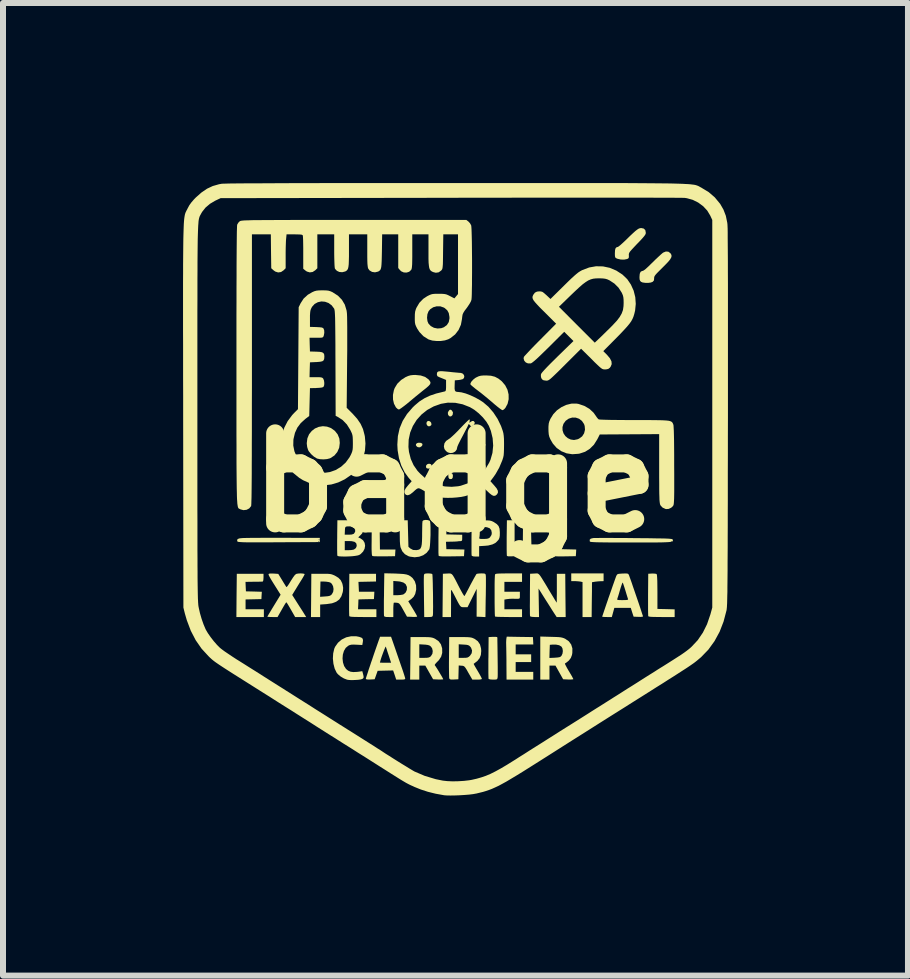
<source format=kicad_pcb>
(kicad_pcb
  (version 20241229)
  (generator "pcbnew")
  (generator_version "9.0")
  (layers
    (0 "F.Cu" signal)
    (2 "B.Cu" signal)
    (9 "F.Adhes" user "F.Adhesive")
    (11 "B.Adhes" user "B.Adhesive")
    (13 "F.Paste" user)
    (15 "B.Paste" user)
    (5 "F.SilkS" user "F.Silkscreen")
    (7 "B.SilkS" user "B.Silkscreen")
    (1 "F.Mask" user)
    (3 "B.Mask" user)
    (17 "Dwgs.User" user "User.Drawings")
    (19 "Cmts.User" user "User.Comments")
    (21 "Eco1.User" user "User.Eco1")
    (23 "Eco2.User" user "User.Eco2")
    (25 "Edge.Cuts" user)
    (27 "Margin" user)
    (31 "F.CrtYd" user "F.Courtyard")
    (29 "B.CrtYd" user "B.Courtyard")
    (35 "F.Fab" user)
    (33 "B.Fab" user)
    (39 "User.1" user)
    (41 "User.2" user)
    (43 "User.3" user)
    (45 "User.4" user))
  (footprint "badge"
    (layer "F.Cu")
    (at 4.535 4.993)
    (property "Reference" "badge" (at 0 0 0) (layer "F.SilkS") (effects (font (size 1.5 1.5) (thickness 0.3))))
    (attr board_only exclude_from_pos_files exclude_from_bom)
    (fp_poly (pts (xy -0.571 -0.663) (xy -0.549 -0.65) (xy -0.545 -0.629) (xy -0.557 -0.609) (xy -0.587 -0.589) (xy -0.62 -0.591) (xy -0.638 -0.601) (xy -0.655 -0.624) (xy -0.652 -0.645) (xy -0.631 -0.661) (xy -0.608 -0.666)) (stroke (width 0) (type solid)) (fill yes) (layer "F.SilkS"))
    (fp_poly (pts (xy -0.422 -1.023) (xy -0.402 -1.002) (xy -0.395 -0.975) (xy -0.399 -0.959) (xy -0.42 -0.941) (xy -0.447 -0.94) (xy -0.468 -0.955) (xy -0.479 -0.981) (xy -0.475 -1.008) (xy -0.458 -1.027) (xy -0.449 -1.029)) (stroke (width 0) (type solid)) (fill yes) (layer "F.SilkS"))
    (fp_poly (pts (xy -0.404 -0.308) (xy -0.392 -0.287) (xy -0.399 -0.257) (xy -0.418 -0.24) (xy -0.446 -0.234) (xy -0.472 -0.239) (xy -0.485 -0.253) (xy -0.486 -0.282) (xy -0.468 -0.306) (xy -0.438 -0.316) (xy -0.435 -0.316)) (stroke (width 0) (type solid)) (fill yes) (layer "F.SilkS"))
    (fp_poly (pts (xy -0.054 -1.201) (xy -0.037 -1.171) (xy -0.041 -1.137) (xy -0.047 -1.124) (xy -0.068 -1.105) (xy -0.092 -1.104) (xy -0.113 -1.123) (xy -0.118 -1.133) (xy -0.123 -1.164) (xy -0.111 -1.191) (xy -0.092 -1.214) (xy -0.073 -1.216)) (stroke (width 0) (type solid)) (fill yes) (layer "F.SilkS"))
    (fp_poly (pts (xy -0.051 -0.154) (xy -0.038 -0.128) (xy -0.04 -0.09) (xy -0.04 -0.087) (xy -0.054 -0.064) (xy -0.076 -0.059) (xy -0.101 -0.066) (xy -0.112 -0.087) (xy -0.115 -0.126) (xy -0.103 -0.153) (xy -0.078 -0.164) (xy -0.076 -0.164)) (stroke (width 0) (type solid)) (fill yes) (layer "F.SilkS"))
    (fp_poly (pts (xy 0.306 -0.302) (xy 0.325 -0.282) (xy 0.325 -0.254) (xy 0.325 -0.254) (xy 0.308 -0.239) (xy 0.282 -0.235) (xy 0.255 -0.244) (xy 0.247 -0.251) (xy 0.235 -0.279) (xy 0.243 -0.3) (xy 0.27 -0.31) (xy 0.274 -0.311)) (stroke (width 0) (type solid)) (fill yes) (layer "F.SilkS"))
    (fp_poly (pts (xy 0.473 -0.669) (xy 0.494 -0.653) (xy 0.504 -0.633) (xy 0.498 -0.611) (xy 0.481 -0.598) (xy 0.446 -0.587) (xy 0.412 -0.596) (xy 0.407 -0.599) (xy 0.389 -0.62) (xy 0.39 -0.645) (xy 0.409 -0.667) (xy 0.414 -0.669) (xy 0.445 -0.676)) (stroke (width 0) (type solid)) (fill yes) (layer "F.SilkS"))
    (fp_poly (pts (xy 0.99 0.926) (xy 0.99 1.225) (xy 0.929 1.228) (xy 0.887 1.228) (xy 0.865 1.222) (xy 0.861 1.216) (xy 0.86 1.201) (xy 0.859 1.165) (xy 0.858 1.113) (xy 0.858 1.047) (xy 0.858 0.972) (xy 0.858 0.914) (xy 0.862 0.627) (xy 0.926 0.627) (xy 0.99 0.627)) (stroke (width 0) (type solid)) (fill yes) (layer "F.SilkS"))
    (fp_poly (pts (xy -1.257 0.87) (xy -1.254 1.114) (xy -1.124 1.114) (xy -0.995 1.114) (xy -0.999 1.169) (xy -1.002 1.225) (xy -1.184 1.228) (xy -1.248 1.228) (xy -1.303 1.227) (xy -1.347 1.226) (xy -1.374 1.223) (xy -1.38 1.221) (xy -1.385 1.213) (xy -1.389 1.193) (xy -1.391 1.16) (xy -1.393 1.11) (xy -1.393 1.043) (xy -1.392 0.955) (xy -1.392 0.919) (xy -1.389 0.627) (xy -1.325 0.627) (xy -1.26 0.627)) (stroke (width 0) (type solid)) (fill yes) (layer "F.SilkS"))
    (fp_poly (pts (xy 1.761 0.864) (xy 1.764 1.108) (xy 1.891 1.111) (xy 2.017 1.114) (xy 2.014 1.17) (xy 2.01 1.225) (xy 1.827 1.228) (xy 1.754 1.229) (xy 1.702 1.228) (xy 1.666 1.226) (xy 1.644 1.222) (xy 1.632 1.216) (xy 1.631 1.215) (xy 1.626 1.201) (xy 1.623 1.17) (xy 1.621 1.121) (xy 1.62 1.053) (xy 1.62 0.964) (xy 1.62 0.913) (xy 1.623 0.627) (xy 1.691 0.624) (xy 1.758 0.62)) (stroke (width 0) (type solid)) (fill yes) (layer "F.SilkS"))
    (fp_poly (pts (xy 1.266 0.867) (xy 1.272 1.108) (xy 1.401 1.114) (xy 1.53 1.119) (xy 1.533 1.158) (xy 1.535 1.184) (xy 1.531 1.203) (xy 1.518 1.216) (xy 1.494 1.224) (xy 1.456 1.229) (xy 1.401 1.23) (xy 1.33 1.231) (xy 1.257 1.23) (xy 1.204 1.229) (xy 1.169 1.225) (xy 1.147 1.22) (xy 1.138 1.215) (xy 1.134 1.2) (xy 1.13 1.167) (xy 1.128 1.116) (xy 1.127 1.044) (xy 1.128 0.95) (xy 1.128 0.913) (xy 1.131 0.627) (xy 1.196 0.627) (xy 1.26 0.627)) (stroke (width 0) (type solid)) (fill yes) (layer "F.SilkS"))
    (fp_poly (pts (xy 2.473 1.577) (xy 2.473 1.641) (xy 2.423 1.642) (xy 2.378 1.645) (xy 2.332 1.65) (xy 2.327 1.651) (xy 2.28 1.659) (xy 2.279 1.726) (xy 2.279 1.76) (xy 2.279 1.811) (xy 2.278 1.876) (xy 2.277 1.949) (xy 2.276 2.016) (xy 2.274 2.239) (xy 2.198 2.239) (xy 2.122 2.239) (xy 2.122 1.947) (xy 2.122 1.656) (xy 2.085 1.648) (xy 2.05 1.644) (xy 2.007 1.641) (xy 1.991 1.641) (xy 1.934 1.641) (xy 1.934 1.577) (xy 1.934 1.512) (xy 2.204 1.512) (xy 2.473 1.512)) (stroke (width 0) (type solid)) (fill yes) (layer "F.SilkS"))
    (fp_poly (pts (xy -3.194 1.582) (xy -3.197 1.626) (xy -3.205 1.646) (xy -3.209 1.648) (xy -3.226 1.649) (xy -3.261 1.65) (xy -3.309 1.651) (xy -3.359 1.651) (xy -3.494 1.653) (xy -3.491 1.732) (xy -3.487 1.811) (xy -3.355 1.814) (xy -3.222 1.818) (xy -3.226 1.879) (xy -3.229 1.94) (xy -3.361 1.943) (xy -3.493 1.946) (xy -3.493 2.028) (xy -3.493 2.11) (xy -3.341 2.11) (xy -3.188 2.11) (xy -3.188 2.174) (xy -3.188 2.239) (xy -3.417 2.239) (xy -3.646 2.239) (xy -3.643 1.878) (xy -3.639 1.518) (xy -3.417 1.518) (xy -3.194 1.518)) (stroke (width 0) (type solid)) (fill yes) (layer "F.SilkS"))
    (fp_poly (pts (xy -2.136 -0.934) (xy -2.068 -0.909) (xy -2.006 -0.864) (xy -1.958 -0.804) (xy -1.93 -0.734) (xy -1.923 -0.662) (xy -1.933 -0.582) (xy -1.964 -0.512) (xy -2.012 -0.453) (xy -2.076 -0.411) (xy -2.089 -0.405) (xy -2.136 -0.393) (xy -2.193 -0.388) (xy -2.251 -0.391) (xy -2.298 -0.401) (xy -2.304 -0.403) (xy -2.354 -0.434) (xy -2.402 -0.477) (xy -2.44 -0.524) (xy -2.451 -0.545) (xy -2.466 -0.593) (xy -2.473 -0.65) (xy -2.473 -0.661) (xy -2.463 -0.739) (xy -2.435 -0.806) (xy -2.391 -0.861) (xy -2.337 -0.903) (xy -2.273 -0.93) (xy -2.205 -0.941)) (stroke (width 0) (type solid)) (fill yes) (layer "F.SilkS"))
    (fp_poly (pts (xy 3.32 1.515) (xy 3.348 1.519) (xy 3.357 1.524) (xy 3.362 1.54) (xy 3.365 1.578) (xy 3.368 1.638) (xy 3.369 1.72) (xy 3.37 1.82) (xy 3.37 2.104) (xy 3.513 2.107) (xy 3.657 2.111) (xy 3.657 2.175) (xy 3.657 2.239) (xy 3.44 2.239) (xy 3.358 2.238) (xy 3.298 2.237) (xy 3.256 2.235) (xy 3.23 2.231) (xy 3.218 2.226) (xy 3.217 2.224) (xy 3.216 2.209) (xy 3.215 2.173) (xy 3.214 2.121) (xy 3.214 2.054) (xy 3.214 1.975) (xy 3.214 1.889) (xy 3.214 1.864) (xy 3.217 1.518) (xy 3.281 1.514)) (stroke (width 0) (type solid)) (fill yes) (layer "F.SilkS"))
    (fp_poly (pts (xy 0.696 2.572) (xy 0.703 2.581) (xy 0.703 2.581) (xy 0.703 2.596) (xy 0.703 2.632) (xy 0.704 2.685) (xy 0.705 2.751) (xy 0.706 2.828) (xy 0.707 2.909) (xy 0.708 2.994) (xy 0.709 3.072) (xy 0.709 3.14) (xy 0.709 3.196) (xy 0.708 3.234) (xy 0.706 3.252) (xy 0.701 3.269) (xy 0.691 3.278) (xy 0.669 3.281) (xy 0.631 3.282) (xy 0.585 3.279) (xy 0.56 3.272) (xy 0.556 3.267) (xy 0.555 3.252) (xy 0.554 3.217) (xy 0.553 3.164) (xy 0.553 3.097) (xy 0.553 3.019) (xy 0.553 2.933) (xy 0.554 2.913) (xy 0.557 2.573) (xy 0.63 2.569) (xy 0.673 2.569)) (stroke (width 0) (type solid)) (fill yes) (layer "F.SilkS"))
    (fp_poly (pts (xy 1.077 2.57) (xy 1.295 2.573) (xy 1.299 2.634) (xy 1.302 2.696) (xy 1.155 2.696) (xy 1.008 2.696) (xy 1.008 2.778) (xy 1.008 2.86) (xy 1.137 2.86) (xy 1.266 2.86) (xy 1.266 2.924) (xy 1.266 2.989) (xy 1.137 2.989) (xy 1.008 2.989) (xy 1.008 3.071) (xy 1.008 3.153) (xy 1.155 3.153) (xy 1.301 3.153) (xy 1.301 3.217) (xy 1.301 3.282) (xy 1.078 3.282) (xy 0.856 3.282) (xy 0.854 3.033) (xy 0.854 2.953) (xy 0.853 2.876) (xy 0.852 2.807) (xy 0.851 2.751) (xy 0.85 2.712) (xy 0.85 2.708) (xy 0.849 2.662) (xy 0.851 2.621) (xy 0.853 2.599) (xy 0.859 2.566)) (stroke (width 0) (type solid)) (fill yes) (layer "F.SilkS"))
    (fp_poly (pts (xy -0.574 -1.786) (xy -0.501 -1.762) (xy -0.444 -1.721) (xy -0.44 -1.716) (xy -0.419 -1.689) (xy -0.411 -1.666) (xy -0.418 -1.641) (xy -0.442 -1.613) (xy -0.483 -1.577) (xy -0.507 -1.558) (xy -0.55 -1.524) (xy -0.605 -1.479) (xy -0.667 -1.429) (xy -0.729 -1.377) (xy -0.76 -1.351) (xy -0.812 -1.308) (xy -0.86 -1.271) (xy -0.899 -1.242) (xy -0.927 -1.224) (xy -0.938 -1.219) (xy -0.959 -1.228) (xy -0.983 -1.25) (xy -0.989 -1.257) (xy -1.02 -1.316) (xy -1.036 -1.386) (xy -1.037 -1.462) (xy -1.022 -1.539) (xy -1.008 -1.577) (xy -0.964 -1.649) (xy -0.901 -1.711) (xy -0.828 -1.758) (xy -0.783 -1.778) (xy -0.745 -1.789) (xy -0.702 -1.794) (xy -0.664 -1.795)) (stroke (width 0) (type solid)) (fill yes) (layer "F.SilkS"))
    (fp_poly (pts (xy -0.415 1.514) (xy -0.389 1.519) (xy -0.381 1.524) (xy -0.379 1.538) (xy -0.377 1.573) (xy -0.375 1.623) (xy -0.373 1.686) (xy -0.372 1.758) (xy -0.37 1.835) (xy -0.369 1.914) (xy -0.369 1.99) (xy -0.368 2.061) (xy -0.369 2.122) (xy -0.369 2.171) (xy -0.371 2.203) (xy -0.372 2.212) (xy -0.378 2.227) (xy -0.39 2.235) (xy -0.416 2.238) (xy -0.447 2.239) (xy -0.516 2.239) (xy -0.518 2.083) (xy -0.52 1.949) (xy -0.521 1.836) (xy -0.522 1.744) (xy -0.523 1.67) (xy -0.523 1.614) (xy -0.522 1.573) (xy -0.521 1.547) (xy -0.519 1.533) (xy -0.519 1.533) (xy -0.511 1.52) (xy -0.491 1.514) (xy -0.454 1.512) (xy -0.451 1.512)) (stroke (width 0) (type solid)) (fill yes) (layer "F.SilkS"))
    (fp_poly (pts (xy 0.596 -1.782) (xy 0.662 -1.765) (xy 0.722 -1.733) (xy 0.778 -1.688) (xy 0.833 -1.623) (xy 0.871 -1.549) (xy 0.89 -1.47) (xy 0.891 -1.39) (xy 0.873 -1.313) (xy 0.836 -1.245) (xy 0.813 -1.221) (xy 0.792 -1.209) (xy 0.788 -1.208) (xy 0.772 -1.216) (xy 0.743 -1.236) (xy 0.703 -1.267) (xy 0.657 -1.305) (xy 0.633 -1.326) (xy 0.573 -1.377) (xy 0.507 -1.432) (xy 0.442 -1.485) (xy 0.386 -1.528) (xy 0.381 -1.532) (xy 0.335 -1.567) (xy 0.297 -1.598) (xy 0.269 -1.622) (xy 0.255 -1.635) (xy 0.255 -1.635) (xy 0.255 -1.657) (xy 0.271 -1.685) (xy 0.299 -1.716) (xy 0.335 -1.745) (xy 0.357 -1.757) (xy 0.392 -1.773) (xy 0.425 -1.782) (xy 0.465 -1.786) (xy 0.515 -1.787)) (stroke (width 0) (type solid)) (fill yes) (layer "F.SilkS"))
    (fp_poly (pts (xy -1.319 1.582) (xy -1.319 1.647) (xy -1.465 1.65) (xy -1.612 1.653) (xy -1.608 1.735) (xy -1.604 1.817) (xy -1.475 1.817) (xy -1.347 1.817) (xy -1.35 1.878) (xy -1.354 1.94) (xy -1.442 1.941) (xy -1.491 1.942) (xy -1.538 1.943) (xy -1.57 1.944) (xy -1.571 1.944) (xy -1.612 1.946) (xy -1.615 2.028) (xy -1.619 2.11) (xy -1.466 2.11) (xy -1.313 2.11) (xy -1.313 2.174) (xy -1.313 2.239) (xy -1.536 2.239) (xy -1.619 2.238) (xy -1.68 2.237) (xy -1.723 2.235) (xy -1.75 2.231) (xy -1.763 2.226) (xy -1.765 2.224) (xy -1.766 2.209) (xy -1.767 2.173) (xy -1.768 2.121) (xy -1.768 2.054) (xy -1.768 1.975) (xy -1.767 1.889) (xy -1.767 1.864) (xy -1.764 1.518) (xy -1.541 1.518) (xy -1.319 1.518)) (stroke (width 0) (type solid)) (fill yes) (layer "F.SilkS"))
    (fp_poly (pts (xy 0.141 0.679) (xy 0.141 0.738) (xy -0.003 0.741) (xy -0.147 0.744) (xy -0.147 0.803) (xy -0.147 0.862) (xy -0.015 0.865) (xy 0.117 0.868) (xy 0.117 0.921) (xy 0.116 0.953) (xy 0.11 0.968) (xy 0.094 0.974) (xy 0.082 0.974) (xy 0.053 0.976) (xy 0.035 0.979) (xy 0.018 0.98) (xy -0.015 0.982) (xy -0.058 0.983) (xy -0.065 0.983) (xy -0.154 0.985) (xy -0.15 1.046) (xy -0.147 1.108) (xy 0.004 1.111) (xy 0.154 1.114) (xy 0.15 1.17) (xy 0.147 1.225) (xy -0.062 1.228) (xy -0.14 1.229) (xy -0.198 1.229) (xy -0.238 1.227) (xy -0.262 1.224) (xy -0.274 1.219) (xy -0.276 1.216) (xy -0.277 1.201) (xy -0.279 1.165) (xy -0.279 1.113) (xy -0.279 1.047) (xy -0.279 0.972) (xy -0.279 0.914) (xy -0.275 0.627) (xy -0.067 0.624) (xy 0.141 0.621)) (stroke (width 0) (type solid)) (fill yes) (layer "F.SilkS"))
    (fp_poly (pts (xy 3.552 -3.849) (xy 3.586 -3.824) (xy 3.589 -3.82) (xy 3.602 -3.798) (xy 3.606 -3.776) (xy 3.599 -3.75) (xy 3.581 -3.719) (xy 3.549 -3.68) (xy 3.501 -3.63) (xy 3.454 -3.583) (xy 3.402 -3.531) (xy 3.364 -3.493) (xy 3.339 -3.465) (xy 3.324 -3.444) (xy 3.317 -3.427) (xy 3.315 -3.412) (xy 3.315 -3.405) (xy 3.312 -3.371) (xy 3.293 -3.349) (xy 3.291 -3.347) (xy 3.26 -3.335) (xy 3.215 -3.329) (xy 3.166 -3.33) (xy 3.123 -3.336) (xy 3.097 -3.347) (xy 3.081 -3.364) (xy 3.073 -3.388) (xy 3.071 -3.424) (xy 3.075 -3.479) (xy 3.089 -3.513) (xy 3.113 -3.527) (xy 3.121 -3.528) (xy 3.141 -3.536) (xy 3.174 -3.561) (xy 3.22 -3.603) (xy 3.281 -3.663) (xy 3.288 -3.669) (xy 3.337 -3.718) (xy 3.384 -3.762) (xy 3.424 -3.799) (xy 3.454 -3.825) (xy 3.466 -3.834) (xy 3.511 -3.852)) (stroke (width 0) (type solid)) (fill yes) (layer "F.SilkS"))
    (fp_poly (pts (xy -2.886 0.919) (xy -2.86 0.919) (xy -2.256 0.92) (xy -2.256 0.955) (xy -2.256 0.99) (xy -2.94 0.993) (xy -3.085 0.994) (xy -3.208 0.994) (xy -3.312 0.994) (xy -3.397 0.994) (xy -3.466 0.994) (xy -3.52 0.993) (xy -3.56 0.991) (xy -3.59 0.989) (xy -3.61 0.987) (xy -3.622 0.984) (xy -3.628 0.981) (xy -3.629 0.979) (xy -3.63 0.977) (xy -2.282 0.977) (xy -2.28 0.984) (xy -2.274 0.985) (xy -2.264 0.98) (xy -2.266 0.977) (xy -2.28 0.975) (xy -2.282 0.977) (xy -3.63 0.977) (xy -3.634 0.955) (xy -3.63 0.949) (xy -2.274 0.949) (xy -2.27 0.959) (xy -2.266 0.957) (xy -2.265 0.943) (xy -2.266 0.942) (xy -2.273 0.943) (xy -2.274 0.949) (xy -3.63 0.949) (xy -3.622 0.938) (xy -3.593 0.928) (xy -3.544 0.923) (xy -3.516 0.922) (xy -3.468 0.921) (xy -3.402 0.92) (xy -3.319 0.92) (xy -3.224 0.919) (xy -3.119 0.919) (xy -3.005 0.919)) (stroke (width 0) (type solid)) (fill yes) (layer "F.SilkS"))
    (fp_poly (pts (xy -2.167 1.518) (xy -2.119 1.519) (xy -2.084 1.522) (xy -2.057 1.528) (xy -2.032 1.537) (xy -2.005 1.549) (xy -2.002 1.551) (xy -1.946 1.585) (xy -1.908 1.624) (xy -1.883 1.675) (xy -1.875 1.704) (xy -1.867 1.752) (xy -1.87 1.802) (xy -1.874 1.825) (xy -1.896 1.893) (xy -1.931 1.946) (xy -1.983 1.984) (xy -2.052 2.01) (xy -2.14 2.023) (xy -2.15 2.024) (xy -2.25 2.031) (xy -2.25 2.135) (xy -2.25 2.239) (xy -2.327 2.239) (xy -2.403 2.239) (xy -2.4 1.902) (xy -2.251 1.902) (xy -2.167 1.896) (xy -2.12 1.892) (xy -2.09 1.885) (xy -2.07 1.874) (xy -2.055 1.859) (xy -2.033 1.819) (xy -2.027 1.772) (xy -2.035 1.725) (xy -2.056 1.685) (xy -2.081 1.664) (xy -2.108 1.656) (xy -2.147 1.65) (xy -2.176 1.648) (xy -2.245 1.647) (xy -2.248 1.774) (xy -2.251 1.902) (xy -2.4 1.902) (xy -2.4 1.878) (xy -2.397 1.518) (xy -2.233 1.518)) (stroke (width 0) (type solid)) (fill yes) (layer "F.SilkS"))
    (fp_poly (pts (xy 3.142 -4.234) (xy 3.168 -4.209) (xy 3.176 -4.167) (xy 3.175 -4.151) (xy 3.168 -4.134) (xy 3.153 -4.112) (xy 3.129 -4.083) (xy 3.093 -4.043) (xy 3.043 -3.991) (xy 3.033 -3.981) (xy 2.982 -3.927) (xy 2.945 -3.887) (xy 2.919 -3.858) (xy 2.904 -3.837) (xy 2.896 -3.819) (xy 2.893 -3.804) (xy 2.894 -3.786) (xy 2.894 -3.786) (xy 2.894 -3.755) (xy 2.886 -3.738) (xy 2.866 -3.727) (xy 2.817 -3.717) (xy 2.76 -3.718) (xy 2.708 -3.73) (xy 2.699 -3.733) (xy 2.678 -3.743) (xy 2.667 -3.755) (xy 2.662 -3.776) (xy 2.661 -3.812) (xy 2.661 -3.824) (xy 2.664 -3.877) (xy 2.674 -3.909) (xy 2.693 -3.925) (xy 2.707 -3.927) (xy 2.722 -3.935) (xy 2.749 -3.956) (xy 2.786 -3.989) (xy 2.829 -4.029) (xy 2.846 -4.045) (xy 2.911 -4.109) (xy 2.962 -4.157) (xy 3.002 -4.193) (xy 3.033 -4.217) (xy 3.058 -4.233) (xy 3.078 -4.24) (xy 3.098 -4.243) (xy 3.101 -4.243)) (stroke (width 0) (type solid)) (fill yes) (layer "F.SilkS"))
    (fp_poly (pts (xy -1.646 2.56) (xy -1.6 2.569) (xy -1.561 2.583) (xy -1.541 2.601) (xy -1.536 2.631) (xy -1.541 2.666) (xy -1.548 2.705) (xy -1.644 2.7) (xy -1.696 2.698) (xy -1.733 2.7) (xy -1.76 2.707) (xy -1.781 2.717) (xy -1.824 2.753) (xy -1.854 2.804) (xy -1.872 2.865) (xy -1.877 2.93) (xy -1.87 2.995) (xy -1.851 3.055) (xy -1.819 3.104) (xy -1.784 3.133) (xy -1.744 3.15) (xy -1.696 3.156) (xy -1.635 3.153) (xy -1.609 3.15) (xy -1.548 3.141) (xy -1.536 3.185) (xy -1.527 3.224) (xy -1.526 3.247) (xy -1.535 3.262) (xy -1.549 3.271) (xy -1.575 3.279) (xy -1.618 3.285) (xy -1.669 3.288) (xy -1.721 3.29) (xy -1.768 3.288) (xy -1.801 3.283) (xy -1.855 3.262) (xy -1.909 3.23) (xy -1.954 3.192) (xy -1.975 3.167) (xy -2.008 3.099) (xy -2.029 3.017) (xy -2.038 2.93) (xy -2.033 2.845) (xy -2.015 2.767) (xy -2.001 2.735) (xy -1.953 2.667) (xy -1.891 2.614) (xy -1.816 2.577) (xy -1.733 2.559)) (stroke (width 0) (type solid)) (fill yes) (layer "F.SilkS"))
    (fp_poly (pts (xy 0.243 -1.045) (xy 0.241 -1.023) (xy 0.236 -1.001) (xy 0.241 -0.999) (xy 0.256 -1.012) (xy 0.284 -1.028) (xy 0.309 -1.026) (xy 0.325 -1.006) (xy 0.326 -1) (xy 0.319 -0.973) (xy 0.298 -0.954) (xy 0.275 -0.941) (xy 0.261 -0.942) (xy 0.245 -0.959) (xy 0.245 -0.96) (xy 0.23 -0.975) (xy 0.223 -0.975) (xy 0.223 -0.974) (xy 0.217 -0.96) (xy 0.203 -0.929) (xy 0.18 -0.885) (xy 0.152 -0.831) (xy 0.129 -0.787) (xy 0.098 -0.729) (xy 0.071 -0.676) (xy 0.05 -0.633) (xy 0.038 -0.604) (xy 0.035 -0.595) (xy 0.025 -0.551) (xy -0.001 -0.518) (xy -0.038 -0.498) (xy -0.081 -0.493) (xy -0.124 -0.505) (xy -0.153 -0.527) (xy -0.179 -0.56) (xy -0.187 -0.597) (xy -0.188 -0.606) (xy -0.179 -0.656) (xy -0.152 -0.695) (xy -0.107 -0.726) (xy -0.084 -0.742) (xy -0.05 -0.772) (xy -0.007 -0.812) (xy 0.041 -0.86) (xy 0.081 -0.902) (xy 0.128 -0.951) (xy 0.17 -0.994) (xy 0.204 -1.027) (xy 0.227 -1.048) (xy 0.237 -1.055)) (stroke (width 0) (type solid)) (fill yes) (layer "F.SilkS"))
    (fp_poly (pts (xy -0.465 0.622) (xy -0.435 0.63) (xy -0.422 0.639) (xy -0.417 0.657) (xy -0.413 0.694) (xy -0.411 0.745) (xy -0.411 0.806) (xy -0.411 0.872) (xy -0.414 0.938) (xy -0.417 1) (xy -0.421 1.053) (xy -0.427 1.093) (xy -0.433 1.114) (xy -0.475 1.168) (xy -0.532 1.209) (xy -0.6 1.234) (xy -0.675 1.243) (xy -0.752 1.233) (xy -0.779 1.225) (xy -0.838 1.192) (xy -0.882 1.143) (xy -0.91 1.079) (xy -0.913 1.065) (xy -0.918 1.029) (xy -0.922 0.975) (xy -0.923 0.908) (xy -0.924 0.835) (xy -0.923 0.814) (xy -0.92 0.627) (xy -0.856 0.627) (xy -0.791 0.627) (xy -0.785 0.848) (xy -0.779 1.069) (xy -0.747 1.097) (xy -0.702 1.121) (xy -0.646 1.124) (xy -0.612 1.118) (xy -0.591 1.109) (xy -0.576 1.093) (xy -0.565 1.067) (xy -0.557 1.027) (xy -0.553 0.972) (xy -0.551 0.898) (xy -0.551 0.851) (xy -0.55 0.785) (xy -0.549 0.727) (xy -0.548 0.68) (xy -0.545 0.649) (xy -0.544 0.64) (xy -0.528 0.627) (xy -0.499 0.621)) (stroke (width 0) (type solid)) (fill yes) (layer "F.SilkS"))
    (fp_poly (pts (xy 1.374 1.513) (xy 1.387 1.52) (xy 1.402 1.533) (xy 1.419 1.555) (xy 1.441 1.588) (xy 1.47 1.635) (xy 1.508 1.697) (xy 1.555 1.776) (xy 1.561 1.787) (xy 1.599 1.849) (xy 1.633 1.905) (xy 1.66 1.95) (xy 1.68 1.982) (xy 1.69 1.998) (xy 1.691 2) (xy 1.692 1.989) (xy 1.693 1.959) (xy 1.693 1.912) (xy 1.694 1.852) (xy 1.694 1.782) (xy 1.694 1.76) (xy 1.694 1.518) (xy 1.764 1.518) (xy 1.834 1.518) (xy 1.837 1.878) (xy 1.841 2.239) (xy 1.766 2.239) (xy 1.691 2.239) (xy 1.658 2.189) (xy 1.641 2.163) (xy 1.614 2.121) (xy 1.581 2.068) (xy 1.543 2.008) (xy 1.507 1.952) (xy 1.389 1.764) (xy 1.393 2.001) (xy 1.397 2.239) (xy 1.325 2.239) (xy 1.278 2.236) (xy 1.252 2.229) (xy 1.248 2.224) (xy 1.246 2.209) (xy 1.245 2.173) (xy 1.245 2.121) (xy 1.244 2.054) (xy 1.245 1.975) (xy 1.245 1.889) (xy 1.245 1.864) (xy 1.248 1.518) (xy 1.32 1.514) (xy 1.342 1.513) (xy 1.359 1.512)) (stroke (width 0) (type solid)) (fill yes) (layer "F.SilkS"))
    (fp_poly (pts (xy 1.114 1.582) (xy 1.114 1.653) (xy 0.967 1.653) (xy 0.82 1.653) (xy 0.82 1.735) (xy 0.82 1.817) (xy 0.949 1.817) (xy 1.078 1.817) (xy 1.078 1.875) (xy 1.078 1.91) (xy 1.073 1.928) (xy 1.06 1.934) (xy 1.04 1.935) (xy 1.001 1.935) (xy 0.959 1.934) (xy 0.958 1.934) (xy 0.914 1.935) (xy 0.87 1.94) (xy 0.867 1.94) (xy 0.82 1.948) (xy 0.82 2.029) (xy 0.82 2.11) (xy 0.967 2.11) (xy 1.114 2.11) (xy 1.114 2.174) (xy 1.114 2.239) (xy 0.893 2.239) (xy 0.823 2.238) (xy 0.762 2.237) (xy 0.712 2.236) (xy 0.678 2.233) (xy 0.664 2.231) (xy 0.664 2.231) (xy 0.662 2.218) (xy 0.66 2.184) (xy 0.659 2.135) (xy 0.658 2.073) (xy 0.657 2.001) (xy 0.657 1.924) (xy 0.657 1.845) (xy 0.657 1.768) (xy 0.657 1.696) (xy 0.658 1.632) (xy 0.66 1.581) (xy 0.662 1.546) (xy 0.664 1.531) (xy 0.669 1.524) (xy 0.681 1.519) (xy 0.703 1.516) (xy 0.737 1.514) (xy 0.788 1.513) (xy 0.858 1.512) (xy 0.892 1.512) (xy 1.114 1.512)) (stroke (width 0) (type solid)) (fill yes) (layer "F.SilkS"))
    (fp_poly (pts (xy 2.593 0.921) (xy 2.695 0.922) (xy 2.808 0.922) (xy 2.927 0.923) (xy 2.985 0.924) (xy 3.124 0.925) (xy 3.242 0.926) (xy 3.339 0.928) (xy 3.419 0.929) (xy 3.482 0.93) (xy 3.531 0.932) (xy 3.568 0.934) (xy 3.593 0.937) (xy 3.61 0.939) (xy 3.62 0.943) (xy 3.624 0.947) (xy 3.625 0.948) (xy 3.627 0.958) (xy 3.628 0.967) (xy 3.625 0.974) (xy 3.618 0.98) (xy 3.605 0.984) (xy 3.61 0.979) (xy 3.604 0.973) (xy 3.598 0.979) (xy 3.604 0.984) (xy 3.603 0.984) (xy 3.58 0.988) (xy 3.546 0.991) (xy 3.5 0.993) (xy 3.441 0.995) (xy 3.366 0.996) (xy 3.274 0.996) (xy 3.163 0.996) (xy 3.031 0.996) (xy 2.935 0.996) (xy 2.789 0.996) (xy 2.665 0.996) (xy 2.562 0.996) (xy 2.476 0.995) (xy 2.407 0.994) (xy 2.353 0.993) (xy 2.312 0.991) (xy 2.282 0.989) (xy 2.262 0.987) (xy 2.25 0.984) (xy 2.244 0.98) (xy 2.243 0.979) (xy 2.241 0.951) (xy 2.259 0.933) (xy 2.299 0.923) (xy 2.299 0.923) (xy 2.321 0.922) (xy 2.363 0.922) (xy 2.424 0.921) (xy 2.501 0.921)) (stroke (width 0) (type solid)) (fill yes) (layer "F.SilkS"))
    (fp_poly (pts (xy 0.434 0.627) (xy 0.499 0.628) (xy 0.545 0.629) (xy 0.579 0.632) (xy 0.603 0.638) (xy 0.625 0.647) (xy 0.644 0.657) (xy 0.692 0.689) (xy 0.723 0.723) (xy 0.739 0.767) (xy 0.744 0.826) (xy 0.744 0.836) (xy 0.743 0.885) (xy 0.737 0.919) (xy 0.726 0.945) (xy 0.717 0.958) (xy 0.676 1) (xy 0.621 1.029) (xy 0.55 1.047) (xy 0.496 1.052) (xy 0.399 1.058) (xy 0.399 1.144) (xy 0.399 1.231) (xy 0.34 1.231) (xy 0.3 1.228) (xy 0.278 1.219) (xy 0.275 1.216) (xy 0.273 1.2) (xy 0.272 1.165) (xy 0.272 1.113) (xy 0.272 1.047) (xy 0.272 0.972) (xy 0.272 0.925) (xy 0.4 0.925) (xy 0.406 0.933) (xy 0.424 0.937) (xy 0.459 0.938) (xy 0.474 0.938) (xy 0.518 0.936) (xy 0.547 0.931) (xy 0.568 0.921) (xy 0.581 0.909) (xy 0.605 0.871) (xy 0.61 0.838) (xy 0.601 0.792) (xy 0.575 0.76) (xy 0.53 0.743) (xy 0.481 0.738) (xy 0.41 0.738) (xy 0.41 0.812) (xy 0.409 0.855) (xy 0.406 0.893) (xy 0.403 0.911) (xy 0.4 0.925) (xy 0.272 0.925) (xy 0.272 0.914) (xy 0.275 0.627)) (stroke (width 0) (type solid)) (fill yes) (layer "F.SilkS"))
    (fp_poly (pts (xy 1.597 2.569) (xy 1.667 2.571) (xy 1.719 2.573) (xy 1.757 2.577) (xy 1.785 2.583) (xy 1.81 2.591) (xy 1.834 2.602) (xy 1.893 2.643) (xy 1.933 2.697) (xy 1.953 2.762) (xy 1.952 2.837) (xy 1.946 2.871) (xy 1.927 2.921) (xy 1.895 2.963) (xy 1.886 2.971) (xy 1.858 2.994) (xy 1.836 3.009) (xy 1.829 3.012) (xy 1.83 3.022) (xy 1.842 3.047) (xy 1.862 3.085) (xy 1.889 3.132) (xy 1.893 3.138) (xy 1.922 3.187) (xy 1.946 3.228) (xy 1.962 3.259) (xy 1.969 3.273) (xy 1.969 3.274) (xy 1.958 3.278) (xy 1.93 3.28) (xy 1.89 3.28) (xy 1.884 3.28) (xy 1.799 3.276) (xy 1.735 3.162) (xy 1.671 3.048) (xy 1.621 3.048) (xy 1.571 3.048) (xy 1.571 3.165) (xy 1.571 3.282) (xy 1.494 3.282) (xy 1.418 3.282) (xy 1.418 2.923) (xy 1.418 2.921) (xy 1.57 2.921) (xy 1.659 2.917) (xy 1.707 2.913) (xy 1.738 2.908) (xy 1.757 2.899) (xy 1.771 2.885) (xy 1.788 2.849) (xy 1.794 2.805) (xy 1.788 2.763) (xy 1.771 2.732) (xy 1.733 2.709) (xy 1.679 2.698) (xy 1.623 2.698) (xy 1.577 2.702) (xy 1.573 2.811) (xy 1.57 2.921) (xy 1.418 2.921) (xy 1.418 2.564)) (stroke (width 0) (type solid)) (fill yes) (layer "F.SilkS"))
    (fp_poly (pts (xy -0.5 2.573) (xy -0.449 2.574) (xy -0.413 2.577) (xy -0.385 2.582) (xy -0.362 2.589) (xy -0.338 2.6) (xy -0.334 2.602) (xy -0.276 2.642) (xy -0.238 2.693) (xy -0.218 2.759) (xy -0.217 2.765) (xy -0.216 2.837) (xy -0.234 2.9) (xy -0.273 2.959) (xy -0.294 2.98) (xy -0.321 3.008) (xy -0.338 3.03) (xy -0.341 3.041) (xy -0.341 3.041) (xy -0.332 3.053) (xy -0.314 3.08) (xy -0.29 3.117) (xy -0.265 3.159) (xy -0.24 3.201) (xy -0.218 3.238) (xy -0.204 3.265) (xy -0.199 3.276) (xy -0.21 3.279) (xy -0.238 3.28) (xy -0.278 3.28) (xy -0.284 3.28) (xy -0.368 3.276) (xy -0.433 3.162) (xy -0.498 3.048) (xy -0.548 3.048) (xy -0.598 3.048) (xy -0.598 3.165) (xy -0.598 3.282) (xy -0.674 3.282) (xy -0.751 3.282) (xy -0.747 2.927) (xy -0.746 2.806) (xy -0.598 2.806) (xy -0.598 2.919) (xy -0.515 2.919) (xy -0.47 2.918) (xy -0.44 2.913) (xy -0.42 2.904) (xy -0.404 2.89) (xy -0.38 2.851) (xy -0.374 2.806) (xy -0.384 2.761) (xy -0.405 2.731) (xy -0.427 2.714) (xy -0.454 2.705) (xy -0.495 2.699) (xy -0.516 2.698) (xy -0.598 2.693) (xy -0.598 2.806) (xy -0.746 2.806) (xy -0.744 2.573) (xy -0.568 2.573)) (stroke (width 0) (type solid)) (fill yes) (layer "F.SilkS"))
    (fp_poly (pts (xy -1.051 2.617) (xy -1.002 2.758) (xy -0.961 2.878) (xy -0.926 2.979) (xy -0.897 3.063) (xy -0.874 3.129) (xy -0.857 3.181) (xy -0.845 3.219) (xy -0.837 3.245) (xy -0.833 3.26) (xy -0.832 3.265) (xy -0.838 3.275) (xy -0.857 3.28) (xy -0.895 3.282) (xy -0.907 3.282) (xy -0.983 3.282) (xy -1.008 3.205) (xy -1.034 3.129) (xy -1.163 3.132) (xy -1.292 3.135) (xy -1.317 3.206) (xy -1.342 3.276) (xy -1.415 3.28) (xy -1.457 3.28) (xy -1.479 3.277) (xy -1.488 3.27) (xy -1.489 3.266) (xy -1.485 3.251) (xy -1.474 3.217) (xy -1.458 3.168) (xy -1.438 3.105) (xy -1.413 3.032) (xy -1.402 2.998) (xy -1.254 2.998) (xy -1.243 2.999) (xy -1.215 3) (xy -1.174 3.001) (xy -1.161 3.001) (xy -1.068 3.001) (xy -1.109 2.875) (xy -1.127 2.822) (xy -1.141 2.777) (xy -1.152 2.745) (xy -1.157 2.731) (xy -1.162 2.737) (xy -1.172 2.76) (xy -1.187 2.796) (xy -1.203 2.839) (xy -1.22 2.885) (xy -1.235 2.929) (xy -1.246 2.966) (xy -1.253 2.992) (xy -1.254 2.998) (xy -1.402 2.998) (xy -1.386 2.953) (xy -1.358 2.869) (xy -1.329 2.785) (xy -1.3 2.702) (xy -1.273 2.625) (xy -1.265 2.605) (xy -1.252 2.567) (xy -1.16 2.567) (xy -1.069 2.567)) (stroke (width 0) (type solid)) (fill yes) (layer "F.SilkS"))
    (fp_poly (pts (xy 0.152 2.573) (xy 0.204 2.574) (xy 0.241 2.577) (xy 0.268 2.581) (xy 0.291 2.588) (xy 0.313 2.598) (xy 0.322 2.602) (xy 0.377 2.642) (xy 0.413 2.695) (xy 0.431 2.763) (xy 0.434 2.804) (xy 0.428 2.87) (xy 0.407 2.924) (xy 0.37 2.971) (xy 0.313 3.015) (xy 0.308 3.018) (xy 0.312 3.029) (xy 0.326 3.055) (xy 0.348 3.093) (xy 0.375 3.138) (xy 0.403 3.186) (xy 0.425 3.226) (xy 0.44 3.256) (xy 0.445 3.269) (xy 0.434 3.277) (xy 0.402 3.281) (xy 0.365 3.282) (xy 0.286 3.282) (xy 0.22 3.168) (xy 0.192 3.118) (xy 0.171 3.085) (xy 0.155 3.066) (xy 0.141 3.056) (xy 0.123 3.051) (xy 0.107 3.05) (xy 0.059 3.046) (xy 0.056 3.161) (xy 0.053 3.276) (xy -0.02 3.28) (xy -0.06 3.281) (xy -0.083 3.278) (xy -0.094 3.271) (xy -0.1 3.256) (xy -0.101 3.238) (xy -0.102 3.199) (xy -0.103 3.144) (xy -0.104 3.075) (xy -0.104 2.995) (xy -0.103 2.909) (xy -0.103 2.901) (xy -0.102 2.806) (xy 0.059 2.806) (xy 0.059 2.919) (xy 0.136 2.919) (xy 0.179 2.918) (xy 0.207 2.913) (xy 0.228 2.901) (xy 0.247 2.884) (xy 0.275 2.842) (xy 0.281 2.796) (xy 0.265 2.751) (xy 0.253 2.735) (xy 0.236 2.718) (xy 0.215 2.707) (xy 0.185 2.701) (xy 0.142 2.698) (xy 0.059 2.693) (xy 0.059 2.806) (xy -0.102 2.806) (xy -0.1 2.573) (xy 0.082 2.573)) (stroke (width 0) (type solid)) (fill yes) (layer "F.SilkS"))
    (fp_poly (pts (xy -2.544 1.514) (xy -2.518 1.518) (xy -2.508 1.524) (xy -2.514 1.538) (xy -2.53 1.568) (xy -2.553 1.607) (xy -2.569 1.632) (xy -2.602 1.685) (xy -2.636 1.74) (xy -2.665 1.788) (xy -2.673 1.8) (xy -2.716 1.871) (xy -2.627 2.011) (xy -2.592 2.066) (xy -2.559 2.117) (xy -2.531 2.161) (xy -2.513 2.191) (xy -2.51 2.195) (xy -2.483 2.239) (xy -2.575 2.239) (xy -2.667 2.239) (xy -2.737 2.116) (xy -2.765 2.068) (xy -2.788 2.029) (xy -2.805 2.003) (xy -2.814 1.993) (xy -2.814 1.993) (xy -2.822 2.002) (xy -2.839 2.028) (xy -2.862 2.067) (xy -2.889 2.114) (xy -2.89 2.116) (xy -2.96 2.239) (xy -3.045 2.239) (xy -3.086 2.238) (xy -3.116 2.236) (xy -3.129 2.234) (xy -3.13 2.233) (xy -3.124 2.222) (xy -3.108 2.194) (xy -3.083 2.153) (xy -3.052 2.101) (xy -3.019 2.047) (xy -2.909 1.867) (xy -2.982 1.751) (xy -3.028 1.678) (xy -3.062 1.623) (xy -3.086 1.582) (xy -3.101 1.554) (xy -3.109 1.535) (xy -3.11 1.524) (xy -3.105 1.519) (xy -3.102 1.517) (xy -3.082 1.514) (xy -3.046 1.514) (xy -3.016 1.515) (xy -2.948 1.52) (xy -2.883 1.626) (xy -2.856 1.671) (xy -2.833 1.708) (xy -2.817 1.733) (xy -2.811 1.74) (xy -2.803 1.734) (xy -2.785 1.711) (xy -2.762 1.675) (xy -2.739 1.637) (xy -2.701 1.578) (xy -2.672 1.539) (xy -2.65 1.521) (xy -2.647 1.52) (xy -2.615 1.514) (xy -2.578 1.512)) (stroke (width 0) (type solid)) (fill yes) (layer "F.SilkS"))
    (fp_poly (pts (xy -1.004 1.514) (xy -0.922 1.518) (xy -0.86 1.522) (xy -0.812 1.53) (xy -0.776 1.542) (xy -0.745 1.56) (xy -0.717 1.583) (xy -0.707 1.593) (xy -0.672 1.645) (xy -0.652 1.71) (xy -0.65 1.78) (xy -0.652 1.792) (xy -0.666 1.854) (xy -0.692 1.902) (xy -0.733 1.941) (xy -0.737 1.943) (xy -0.782 1.976) (xy -0.708 2.098) (xy -0.679 2.146) (xy -0.655 2.187) (xy -0.639 2.217) (xy -0.633 2.23) (xy -0.633 2.23) (xy -0.644 2.235) (xy -0.672 2.237) (xy -0.712 2.237) (xy -0.718 2.236) (xy -0.803 2.233) (xy -0.866 2.12) (xy -0.894 2.07) (xy -0.915 2.037) (xy -0.931 2.017) (xy -0.946 2.007) (xy -0.964 2.002) (xy -0.972 2.001) (xy -1.002 1.999) (xy -1.021 2) (xy -1.023 2.001) (xy -1.026 2.014) (xy -1.029 2.045) (xy -1.031 2.089) (xy -1.031 2.122) (xy -1.031 2.239) (xy -1.106 2.239) (xy -1.148 2.238) (xy -1.173 2.233) (xy -1.184 2.225) (xy -1.186 2.218) (xy -1.187 2.202) (xy -1.188 2.165) (xy -1.188 2.111) (xy -1.188 2.042) (xy -1.188 1.963) (xy -1.186 1.877) (xy -1.186 1.854) (xy -1.185 1.757) (xy -1.031 1.757) (xy -1.031 1.875) (xy -0.961 1.875) (xy -0.915 1.872) (xy -0.874 1.865) (xy -0.856 1.858) (xy -0.825 1.83) (xy -0.806 1.788) (xy -0.804 1.742) (xy -0.807 1.73) (xy -0.826 1.691) (xy -0.863 1.664) (xy -0.918 1.648) (xy -0.954 1.644) (xy -1.031 1.638) (xy -1.031 1.757) (xy -1.185 1.757) (xy -1.181 1.51)) (stroke (width 0) (type solid)) (fill yes) (layer "F.SilkS"))
    (fp_poly (pts (xy 0.475 1.513) (xy 0.496 1.517) (xy 0.506 1.527) (xy 0.509 1.538) (xy 0.511 1.558) (xy 0.512 1.597) (xy 0.512 1.651) (xy 0.512 1.716) (xy 0.511 1.788) (xy 0.511 1.793) (xy 0.51 1.873) (xy 0.508 1.954) (xy 0.507 2.029) (xy 0.506 2.091) (xy 0.506 2.131) (xy 0.504 2.24) (xy 0.431 2.236) (xy 0.357 2.233) (xy 0.358 2.001) (xy 0.358 1.769) (xy 0.282 1.922) (xy 0.206 2.075) (xy 0.15 2.075) (xy 0.128 2.075) (xy 0.11 2.073) (xy 0.096 2.066) (xy 0.081 2.051) (xy 0.065 2.026) (xy 0.043 1.987) (xy 0.015 1.932) (xy -0.005 1.893) (xy -0.033 1.84) (xy -0.051 1.807) (xy -0.063 1.79) (xy -0.068 1.789) (xy -0.07 1.8) (xy -0.07 1.805) (xy -0.069 1.831) (xy -0.069 1.874) (xy -0.069 1.932) (xy -0.069 1.998) (xy -0.069 2.042) (xy -0.07 2.239) (xy -0.141 2.239) (xy -0.211 2.239) (xy -0.208 1.878) (xy -0.205 1.518) (xy -0.132 1.514) (xy -0.106 1.513) (xy -0.086 1.513) (xy -0.07 1.517) (xy -0.054 1.527) (xy -0.038 1.546) (xy -0.019 1.577) (xy 0.005 1.621) (xy 0.036 1.682) (xy 0.066 1.741) (xy 0.095 1.795) (xy 0.12 1.84) (xy 0.139 1.872) (xy 0.152 1.888) (xy 0.155 1.889) (xy 0.162 1.877) (xy 0.179 1.847) (xy 0.202 1.803) (xy 0.23 1.75) (xy 0.253 1.705) (xy 0.284 1.647) (xy 0.312 1.595) (xy 0.335 1.555) (xy 0.35 1.529) (xy 0.356 1.521) (xy 0.375 1.516) (xy 0.408 1.513) (xy 0.436 1.512)) (stroke (width 0) (type solid)) (fill yes) (layer "F.SilkS"))
    (fp_poly (pts (xy -1.811 0.627) (xy -1.746 0.628) (xy -1.7 0.63) (xy -1.666 0.633) (xy -1.641 0.64) (xy -1.618 0.649) (xy -1.609 0.654) (xy -1.569 0.68) (xy -1.546 0.709) (xy -1.537 0.749) (xy -1.535 0.78) (xy -1.538 0.818) (xy -1.55 0.845) (xy -1.576 0.873) (xy -1.616 0.911) (xy -1.576 0.93) (xy -1.534 0.961) (xy -1.509 1.003) (xy -1.501 1.051) (xy -1.51 1.102) (xy -1.535 1.149) (xy -1.576 1.19) (xy -1.6 1.205) (xy -1.626 1.213) (xy -1.667 1.22) (xy -1.719 1.226) (xy -1.775 1.229) (xy -1.832 1.231) (xy -1.885 1.23) (xy -1.927 1.228) (xy -1.955 1.223) (xy -1.963 1.217) (xy -1.965 1.201) (xy -1.966 1.166) (xy -1.967 1.113) (xy -1.967 1.049) (xy -1.84 1.049) (xy -1.84 1.125) (xy -1.775 1.125) (xy -1.734 1.123) (xy -1.698 1.117) (xy -1.684 1.112) (xy -1.655 1.09) (xy -1.643 1.062) (xy -1.641 1.041) (xy -1.65 1.008) (xy -1.677 0.986) (xy -1.724 0.975) (xy -1.767 0.973) (xy -1.84 0.973) (xy -1.84 1.049) (xy -1.967 1.049) (xy -1.967 1.047) (xy -1.967 0.972) (xy -1.966 0.914) (xy -1.966 0.867) (xy -1.841 0.867) (xy -1.774 0.867) (xy -1.723 0.864) (xy -1.69 0.852) (xy -1.686 0.848) (xy -1.667 0.818) (xy -1.667 0.785) (xy -1.686 0.755) (xy -1.719 0.734) (xy -1.728 0.732) (xy -1.759 0.728) (xy -1.795 0.729) (xy -1.817 0.732) (xy -1.829 0.74) (xy -1.835 0.758) (xy -1.838 0.793) (xy -1.838 0.8) (xy -1.841 0.867) (xy -1.966 0.867) (xy -1.963 0.627)) (stroke (width 0) (type solid)) (fill yes) (layer "F.SilkS"))
    (fp_poly (pts (xy 2.866 1.514) (xy 2.882 1.52) (xy 2.891 1.531) (xy 2.897 1.544) (xy 2.906 1.569) (xy 2.921 1.611) (xy 2.941 1.667) (xy 2.963 1.733) (xy 2.988 1.805) (xy 3.014 1.881) (xy 3.04 1.957) (xy 3.065 2.03) (xy 3.087 2.096) (xy 3.105 2.152) (xy 3.119 2.195) (xy 3.128 2.221) (xy 3.13 2.228) (xy 3.119 2.234) (xy 3.089 2.237) (xy 3.051 2.236) (xy 2.973 2.233) (xy 2.949 2.16) (xy 2.926 2.086) (xy 2.789 2.086) (xy 2.652 2.086) (xy 2.631 2.163) (xy 2.61 2.239) (xy 2.53 2.239) (xy 2.49 2.238) (xy 2.461 2.236) (xy 2.45 2.234) (xy 2.45 2.234) (xy 2.453 2.221) (xy 2.464 2.189) (xy 2.48 2.141) (xy 2.5 2.082) (xy 2.523 2.014) (xy 2.546 1.948) (xy 2.7 1.948) (xy 2.709 1.954) (xy 2.733 1.956) (xy 2.774 1.957) (xy 2.79 1.957) (xy 2.839 1.956) (xy 2.869 1.953) (xy 2.881 1.947) (xy 2.881 1.943) (xy 2.876 1.926) (xy 2.865 1.892) (xy 2.851 1.846) (xy 2.836 1.796) (xy 2.82 1.745) (xy 2.806 1.703) (xy 2.796 1.674) (xy 2.79 1.664) (xy 2.784 1.675) (xy 2.773 1.704) (xy 2.759 1.746) (xy 2.745 1.792) (xy 2.73 1.845) (xy 2.716 1.891) (xy 2.705 1.924) (xy 2.701 1.939) (xy 2.7 1.948) (xy 2.546 1.948) (xy 2.548 1.94) (xy 2.575 1.864) (xy 2.601 1.79) (xy 2.625 1.72) (xy 2.647 1.658) (xy 2.665 1.607) (xy 2.678 1.571) (xy 2.685 1.552) (xy 2.686 1.552) (xy 2.695 1.535) (xy 2.707 1.524) (xy 2.728 1.519) (xy 2.762 1.516) (xy 2.793 1.514) (xy 2.839 1.513)) (stroke (width 0) (type solid)) (fill yes) (layer "F.SilkS"))
    (fp_poly (pts (xy 2.056 -1.312) (xy 2.153 -1.279) (xy 2.237 -1.23) (xy 2.305 -1.167) (xy 2.34 -1.118) (xy 2.362 -1.086) (xy 2.383 -1.061) (xy 2.392 -1.055) (xy 2.408 -1.052) (xy 2.447 -1.05) (xy 2.507 -1.048) (xy 2.585 -1.046) (xy 2.682 -1.045) (xy 2.794 -1.044) (xy 2.922 -1.043) (xy 2.983 -1.043) (xy 3.12 -1.043) (xy 3.235 -1.043) (xy 3.33 -1.042) (xy 3.408 -1.041) (xy 3.47 -1.039) (xy 3.518 -1.036) (xy 3.555 -1.032) (xy 3.581 -1.026) (xy 3.6 -1.018) (xy 3.613 -1.009) (xy 3.622 -0.997) (xy 3.629 -0.983) (xy 3.634 -0.971) (xy 3.638 -0.954) (xy 3.64 -0.92) (xy 3.643 -0.868) (xy 3.645 -0.798) (xy 3.647 -0.707) (xy 3.648 -0.595) (xy 3.649 -0.462) (xy 3.649 -0.307) (xy 3.649 -0.291) (xy 3.65 -0.151) (xy 3.65 -0.032) (xy 3.65 0.067) (xy 3.65 0.148) (xy 3.649 0.213) (xy 3.648 0.265) (xy 3.646 0.304) (xy 3.644 0.334) (xy 3.642 0.355) (xy 3.639 0.37) (xy 3.635 0.38) (xy 3.63 0.388) (xy 3.63 0.389) (xy 3.599 0.418) (xy 3.558 0.437) (xy 3.516 0.44) (xy 3.505 0.438) (xy 3.457 0.416) (xy 3.427 0.386) (xy 3.417 0.369) (xy 3.413 0.357) (xy 3.41 0.341) (xy 3.407 0.317) (xy 3.404 0.284) (xy 3.403 0.24) (xy 3.401 0.183) (xy 3.4 0.111) (xy 3.4 0.022) (xy 3.399 -0.086) (xy 3.399 -0.215) (xy 3.399 -0.239) (xy 3.399 -0.809) (xy 2.904 -0.806) (xy 2.409 -0.803) (xy 2.368 -0.722) (xy 2.312 -0.633) (xy 2.244 -0.565) (xy 2.165 -0.515) (xy 2.071 -0.484) (xy 2.051 -0.481) (xy 1.951 -0.474) (xy 1.856 -0.489) (xy 1.769 -0.524) (xy 1.691 -0.579) (xy 1.627 -0.652) (xy 1.585 -0.725) (xy 1.568 -0.766) (xy 1.559 -0.805) (xy 1.555 -0.853) (xy 1.554 -0.891) (xy 1.554 -0.926) (xy 1.788 -0.926) (xy 1.789 -0.873) (xy 1.805 -0.822) (xy 1.835 -0.777) (xy 1.876 -0.742) (xy 1.925 -0.719) (xy 1.98 -0.711) (xy 2.039 -0.723) (xy 2.064 -0.734) (xy 2.115 -0.771) (xy 2.148 -0.822) (xy 2.163 -0.882) (xy 2.158 -0.944) (xy 2.147 -0.977) (xy 2.112 -1.029) (xy 2.065 -1.065) (xy 2.009 -1.084) (xy 1.95 -1.085) (xy 1.892 -1.067) (xy 1.841 -1.031) (xy 1.804 -0.98) (xy 1.788 -0.926) (xy 1.554 -0.926) (xy 1.555 -0.945) (xy 1.559 -0.986) (xy 1.569 -1.022) (xy 1.587 -1.064) (xy 1.587 -1.064) (xy 1.634 -1.14) (xy 1.696 -1.206) (xy 1.77 -1.258) (xy 1.851 -1.296) (xy 1.936 -1.317) (xy 2.02 -1.318)) (stroke (width 0) (type solid)) (fill yes) (layer "F.SilkS"))
    (fp_poly (pts (xy 2.462 -3.604) (xy 2.576 -3.58) (xy 2.685 -3.534) (xy 2.788 -3.467) (xy 2.79 -3.465) (xy 2.867 -3.391) (xy 2.928 -3.301) (xy 2.974 -3.199) (xy 3.001 -3.091) (xy 3.009 -2.979) (xy 2.998 -2.868) (xy 2.997 -2.864) (xy 2.985 -2.814) (xy 2.972 -2.77) (xy 2.955 -2.729) (xy 2.933 -2.689) (xy 2.903 -2.647) (xy 2.863 -2.599) (xy 2.812 -2.543) (xy 2.748 -2.475) (xy 2.691 -2.417) (xy 2.468 -2.192) (xy 2.53 -2.13) (xy 2.578 -2.073) (xy 2.604 -2.022) (xy 2.608 -1.975) (xy 2.59 -1.932) (xy 2.575 -1.913) (xy 2.55 -1.895) (xy 2.515 -1.888) (xy 2.498 -1.887) (xy 2.48 -1.888) (xy 2.465 -1.89) (xy 2.448 -1.897) (xy 2.428 -1.911) (xy 2.402 -1.933) (xy 2.368 -1.965) (xy 2.321 -2.01) (xy 2.272 -2.06) (xy 2.098 -2.232) (xy 1.831 -1.966) (xy 1.757 -1.892) (xy 1.698 -1.834) (xy 1.651 -1.789) (xy 1.615 -1.755) (xy 1.588 -1.731) (xy 1.567 -1.715) (xy 1.551 -1.706) (xy 1.537 -1.701) (xy 1.524 -1.7) (xy 1.516 -1.7) (xy 1.473 -1.706) (xy 1.45 -1.72) (xy 1.434 -1.744) (xy 1.428 -1.775) (xy 1.429 -1.803) (xy 1.435 -1.818) (xy 1.454 -1.843) (xy 1.486 -1.879) (xy 1.532 -1.928) (xy 1.594 -1.991) (xy 1.672 -2.068) (xy 1.7 -2.096) (xy 1.971 -2.36) (xy 1.894 -2.437) (xy 1.817 -2.514) (xy 1.556 -2.254) (xy 1.476 -2.176) (xy 1.411 -2.113) (xy 1.359 -2.064) (xy 1.319 -2.029) (xy 1.289 -2.005) (xy 1.268 -1.991) (xy 1.258 -1.987) (xy 1.214 -1.987) (xy 1.177 -2.003) (xy 1.151 -2.032) (xy 1.14 -2.068) (xy 1.144 -2.094) (xy 1.154 -2.108) (xy 1.179 -2.135) (xy 1.216 -2.175) (xy 1.263 -2.225) (xy 1.319 -2.283) (xy 1.381 -2.346) (xy 1.417 -2.382) (xy 1.682 -2.649) (xy 1.486 -2.845) (xy 1.419 -2.911) (xy 1.4 -2.931) (xy 1.729 -2.931) (xy 2.027 -2.632) (xy 2.326 -2.333) (xy 2.426 -2.428) (xy 2.477 -2.478) (xy 2.536 -2.536) (xy 2.595 -2.594) (xy 2.63 -2.63) (xy 2.695 -2.7) (xy 2.742 -2.762) (xy 2.775 -2.82) (xy 2.796 -2.878) (xy 2.805 -2.942) (xy 2.807 -2.995) (xy 2.806 -3.05) (xy 2.802 -3.09) (xy 2.794 -3.123) (xy 2.779 -3.158) (xy 2.774 -3.168) (xy 2.722 -3.249) (xy 2.653 -3.318) (xy 2.572 -3.371) (xy 2.57 -3.372) (xy 2.533 -3.389) (xy 2.5 -3.398) (xy 2.462 -3.403) (xy 2.412 -3.405) (xy 2.397 -3.405) (xy 2.346 -3.404) (xy 2.301 -3.399) (xy 2.26 -3.388) (xy 2.218 -3.37) (xy 2.175 -3.343) (xy 2.125 -3.306) (xy 2.068 -3.256) (xy 2 -3.193) (xy 1.934 -3.13) (xy 1.729 -2.931) (xy 1.4 -2.931) (xy 1.369 -2.964) (xy 1.332 -3.005) (xy 1.307 -3.037) (xy 1.293 -3.063) (xy 1.288 -3.084) (xy 1.29 -3.104) (xy 1.299 -3.125) (xy 1.303 -3.133) (xy 1.329 -3.167) (xy 1.364 -3.184) (xy 1.403 -3.188) (xy 1.43 -3.186) (xy 1.454 -3.179) (xy 1.479 -3.161) (xy 1.513 -3.131) (xy 1.52 -3.125) (xy 1.588 -3.061) (xy 1.811 -3.281) (xy 1.881 -3.35) (xy 1.937 -3.404) (xy 1.982 -3.445) (xy 2.019 -3.477) (xy 2.05 -3.502) (xy 2.079 -3.521) (xy 2.107 -3.537) (xy 2.122 -3.544) (xy 2.233 -3.586) (xy 2.347 -3.606)) (stroke (width 0) (type solid)) (fill yes) (layer "F.SilkS"))
    (fp_poly (pts (xy -0.212 -1.857) (xy -0.152 -1.852) (xy -0.099 -1.847) (xy -0.037 -1.84) (xy 0.019 -1.835) (xy 0.062 -1.831) (xy 0.089 -1.829) (xy 0.094 -1.829) (xy 0.123 -1.819) (xy 0.145 -1.796) (xy 0.152 -1.772) (xy 0.146 -1.743) (xy 0.126 -1.725) (xy 0.088 -1.715) (xy 0.062 -1.711) (xy -0.006 -1.705) (xy -0.009 -1.619) (xy -0.01 -1.568) (xy -0.005 -1.537) (xy 0.007 -1.52) (xy 0.029 -1.513) (xy 0.047 -1.512) (xy 0.105 -1.505) (xy 0.176 -1.486) (xy 0.254 -1.456) (xy 0.334 -1.419) (xy 0.411 -1.376) (xy 0.465 -1.341) (xy 0.554 -1.265) (xy 0.636 -1.17) (xy 0.707 -1.062) (xy 0.764 -0.944) (xy 0.793 -0.862) (xy 0.803 -0.824) (xy 0.809 -0.782) (xy 0.813 -0.729) (xy 0.814 -0.661) (xy 0.814 -0.621) (xy 0.813 -0.551) (xy 0.811 -0.498) (xy 0.808 -0.457) (xy 0.801 -0.423) (xy 0.791 -0.391) (xy 0.786 -0.375) (xy 0.735 -0.253) (xy 0.674 -0.145) (xy 0.641 -0.097) (xy 0.587 -0.025) (xy 0.651 0.047) (xy 0.69 0.094) (xy 0.71 0.132) (xy 0.713 0.163) (xy 0.7 0.19) (xy 0.692 0.199) (xy 0.668 0.217) (xy 0.642 0.22) (xy 0.613 0.208) (xy 0.575 0.179) (xy 0.545 0.151) (xy 0.47 0.08) (xy 0.437 0.103) (xy 0.376 0.14) (xy 0.302 0.176) (xy 0.223 0.206) (xy 0.166 0.224) (xy 0.103 0.237) (xy 0.029 0.246) (xy -0.051 0.252) (xy -0.127 0.253) (xy -0.193 0.251) (xy -0.226 0.247) (xy -0.341 0.216) (xy -0.459 0.167) (xy -0.521 0.135) (xy -0.564 0.11) (xy -0.594 0.096) (xy -0.617 0.093) (xy -0.639 0.103) (xy -0.667 0.125) (xy -0.706 0.161) (xy -0.752 0.196) (xy -0.791 0.21) (xy -0.821 0.202) (xy -0.836 0.187) (xy -0.847 0.159) (xy -0.843 0.128) (xy -0.821 0.089) (xy -0.783 0.042) (xy -0.725 -0.024) (xy -0.774 -0.079) (xy -0.843 -0.174) (xy -0.898 -0.285) (xy -0.937 -0.408) (xy -0.959 -0.538) (xy -0.962 -0.595) (xy -0.779 -0.595) (xy -0.77 -0.513) (xy -0.74 -0.395) (xy -0.693 -0.291) (xy -0.627 -0.196) (xy -0.581 -0.148) (xy -0.496 -0.072) (xy -0.411 -0.015) (xy -0.319 0.027) (xy -0.271 0.043) (xy -0.169 0.063) (xy -0.059 0.069) (xy 0.048 0.06) (xy 0.093 0.051) (xy 0.214 0.01) (xy 0.324 -0.052) (xy 0.421 -0.131) (xy 0.503 -0.226) (xy 0.567 -0.334) (xy 0.588 -0.381) (xy 0.621 -0.496) (xy 0.633 -0.617) (xy 0.624 -0.741) (xy 0.595 -0.862) (xy 0.561 -0.947) (xy 0.519 -1.017) (xy 0.461 -1.088) (xy 0.392 -1.156) (xy 0.318 -1.215) (xy 0.246 -1.258) (xy 0.124 -1.306) (xy -0.00006 -1.331) (xy -0.124 -1.333) (xy -0.237 -1.314) (xy -0.358 -1.271) (xy -0.467 -1.211) (xy -0.562 -1.135) (xy -0.642 -1.046) (xy -0.705 -0.945) (xy -0.75 -0.835) (xy -0.775 -0.717) (xy -0.779 -0.595) (xy -0.962 -0.595) (xy -0.964 -0.633) (xy -0.955 -0.775) (xy -0.926 -0.906) (xy -0.875 -1.029) (xy -0.803 -1.144) (xy -0.709 -1.253) (xy -0.674 -1.287) (xy -0.596 -1.353) (xy -0.513 -1.406) (xy -0.421 -1.45) (xy -0.315 -1.486) (xy -0.192 -1.516) (xy -0.179 -1.519) (xy -0.166 -1.523) (xy -0.158 -1.533) (xy -0.154 -1.553) (xy -0.152 -1.589) (xy -0.152 -1.618) (xy -0.152 -1.712) (xy -0.19 -1.728) (xy -0.23 -1.744) (xy -0.267 -1.759) (xy -0.294 -1.773) (xy -0.304 -1.793) (xy -0.305 -1.805) (xy -0.303 -1.828) (xy -0.296 -1.843) (xy -0.281 -1.853) (xy -0.254 -1.857)) (stroke (width 0) (type solid)) (fill yes) (layer "F.SilkS"))
    (fp_poly (pts (xy -2.209 -3.205) (xy -2.155 -3.204) (xy -2.115 -3.2) (xy -2.083 -3.191) (xy -2.05 -3.177) (xy -2.041 -3.172) (xy -1.954 -3.116) (xy -1.887 -3.047) (xy -1.839 -2.966) (xy -1.81 -2.87) (xy -1.806 -2.842) (xy -1.803 -2.812) (xy -1.801 -2.759) (xy -1.8 -2.684) (xy -1.799 -2.59) (xy -1.799 -2.476) (xy -1.799 -2.343) (xy -1.799 -2.194) (xy -1.801 -2.028) (xy -1.801 -2.004) (xy -1.808 -1.248) (xy -1.709 -1.149) (xy -1.633 -1.064) (xy -1.576 -0.98) (xy -1.536 -0.893) (xy -1.51 -0.794) (xy -1.505 -0.769) (xy -1.495 -0.653) (xy -1.503 -0.536) (xy -1.529 -0.426) (xy -1.536 -0.404) (xy -1.588 -0.299) (xy -1.658 -0.204) (xy -1.744 -0.122) (xy -1.842 -0.055) (xy -1.949 -0.004) (xy -2.063 0.03) (xy -2.181 0.044) (xy -2.299 0.037) (xy -2.338 0.03) (xy -2.443 0.000061) (xy -2.535 -0.041) (xy -2.598 -0.08) (xy -2.695 -0.159) (xy -2.774 -0.25) (xy -2.834 -0.351) (xy -2.875 -0.459) (xy -2.897 -0.573) (xy -2.898 -0.618) (xy -2.698 -0.618) (xy -2.679 -0.523) (xy -2.641 -0.432) (xy -2.586 -0.348) (xy -2.516 -0.278) (xy -2.46 -0.238) (xy -2.367 -0.195) (xy -2.266 -0.17) (xy -2.164 -0.166) (xy -2.088 -0.177) (xy -1.991 -0.211) (xy -1.902 -0.265) (xy -1.824 -0.336) (xy -1.762 -0.421) (xy -1.744 -0.454) (xy -1.727 -0.49) (xy -1.716 -0.52) (xy -1.709 -0.551) (xy -1.706 -0.588) (xy -1.705 -0.639) (xy -1.705 -0.663) (xy -1.706 -0.72) (xy -1.708 -0.762) (xy -1.713 -0.794) (xy -1.722 -0.823) (xy -1.738 -0.858) (xy -1.75 -0.882) (xy -1.805 -0.97) (xy -1.874 -1.042) (xy -1.948 -1.091) (xy -1.992 -1.114) (xy -1.995 -1.99) (xy -1.996 -2.155) (xy -1.996 -2.298) (xy -1.997 -2.422) (xy -1.998 -2.526) (xy -1.999 -2.614) (xy -2 -2.686) (xy -2.001 -2.745) (xy -2.003 -2.791) (xy -2.005 -2.827) (xy -2.007 -2.854) (xy -2.01 -2.874) (xy -2.013 -2.888) (xy -2.016 -2.898) (xy -2.019 -2.903) (xy -2.059 -2.956) (xy -2.111 -2.994) (xy -2.169 -3.015) (xy -2.23 -3.02) (xy -2.289 -3.007) (xy -2.342 -2.978) (xy -2.384 -2.932) (xy -2.393 -2.916) (xy -2.405 -2.891) (xy -2.413 -2.864) (xy -2.417 -2.831) (xy -2.42 -2.786) (xy -2.42 -2.731) (xy -2.42 -2.596) (xy -2.315 -2.593) (xy -2.261 -2.59) (xy -2.225 -2.586) (xy -2.204 -2.578) (xy -2.195 -2.57) (xy -2.183 -2.539) (xy -2.181 -2.497) (xy -2.189 -2.454) (xy -2.192 -2.445) (xy -2.198 -2.431) (xy -2.207 -2.422) (xy -2.224 -2.417) (xy -2.254 -2.415) (xy -2.301 -2.415) (xy -2.315 -2.415) (xy -2.427 -2.415) (xy -2.424 -2.3) (xy -2.42 -2.186) (xy -2.315 -2.183) (xy -2.257 -2.18) (xy -2.218 -2.173) (xy -2.195 -2.159) (xy -2.183 -2.137) (xy -2.18 -2.104) (xy -2.18 -2.098) (xy -2.183 -2.062) (xy -2.193 -2.038) (xy -2.214 -2.023) (xy -2.251 -2.015) (xy -2.307 -2.01) (xy -2.315 -2.01) (xy -2.42 -2.005) (xy -2.424 -1.882) (xy -2.427 -1.758) (xy -2.322 -1.758) (xy -2.271 -1.758) (xy -2.238 -1.755) (xy -2.218 -1.75) (xy -2.205 -1.741) (xy -2.198 -1.732) (xy -2.186 -1.701) (xy -2.181 -1.662) (xy -2.183 -1.625) (xy -2.194 -1.598) (xy -2.198 -1.594) (xy -2.219 -1.586) (xy -2.258 -1.581) (xy -2.312 -1.578) (xy -2.318 -1.577) (xy -2.42 -1.575) (xy -2.426 -1.343) (xy -2.432 -1.111) (xy -2.497 -1.062) (xy -2.573 -0.993) (xy -2.63 -0.917) (xy -2.67 -0.83) (xy -2.694 -0.728) (xy -2.696 -0.713) (xy -2.698 -0.618) (xy -2.898 -0.618) (xy -2.9 -0.688) (xy -2.883 -0.804) (xy -2.847 -0.918) (xy -2.791 -1.026) (xy -2.715 -1.128) (xy -2.68 -1.165) (xy -2.62 -1.225) (xy -2.614 -2.075) (xy -2.608 -2.924) (xy -2.575 -2.991) (xy -2.525 -3.068) (xy -2.455 -3.132) (xy -2.381 -3.175) (xy -2.344 -3.191) (xy -2.309 -3.2) (xy -2.269 -3.204) (xy -2.215 -3.205)) (stroke (width 0) (type solid)) (fill yes) (layer "F.SilkS"))
    (fp_poly (pts (xy 0.219 -4.353) (xy 0.246 -4.324) (xy 0.266 -4.289) (xy 0.266 -4.289) (xy 0.269 -4.269) (xy 0.272 -4.228) (xy 0.274 -4.17) (xy 0.276 -4.096) (xy 0.278 -4.011) (xy 0.279 -3.916) (xy 0.28 -3.814) (xy 0.281 -3.708) (xy 0.281 -3.601) (xy 0.281 -3.496) (xy 0.28 -3.395) (xy 0.28 -3.301) (xy 0.278 -3.218) (xy 0.277 -3.148) (xy 0.275 -3.093) (xy 0.272 -3.056) (xy 0.27 -3.044) (xy 0.259 -3.015) (xy 0.236 -2.975) (xy 0.206 -2.93) (xy 0.191 -2.909) (xy 0.158 -2.866) (xy 0.138 -2.834) (xy 0.125 -2.807) (xy 0.119 -2.777) (xy 0.114 -2.738) (xy 0.114 -2.731) (xy 0.095 -2.631) (xy 0.056 -2.544) (xy -0.001 -2.47) (xy -0.077 -2.41) (xy -0.116 -2.389) (xy -0.171 -2.371) (xy -0.239 -2.361) (xy -0.312 -2.361) (xy -0.381 -2.368) (xy -0.438 -2.385) (xy -0.446 -2.388) (xy -0.53 -2.441) (xy -0.596 -2.511) (xy -0.634 -2.569) (xy -0.653 -2.607) (xy -0.665 -2.638) (xy -0.671 -2.67) (xy -0.673 -2.711) (xy -0.673 -2.748) (xy -0.469 -2.748) (xy -0.462 -2.691) (xy -0.446 -2.652) (xy -0.407 -2.61) (xy -0.354 -2.581) (xy -0.294 -2.569) (xy -0.232 -2.574) (xy -0.188 -2.59) (xy -0.138 -2.627) (xy -0.107 -2.676) (xy -0.095 -2.738) (xy -0.096 -2.764) (xy -0.107 -2.826) (xy -0.132 -2.872) (xy -0.174 -2.909) (xy -0.189 -2.918) (xy -0.246 -2.938) (xy -0.307 -2.939) (xy -0.366 -2.923) (xy -0.416 -2.89) (xy -0.444 -2.856) (xy -0.463 -2.807) (xy -0.469 -2.748) (xy -0.673 -2.748) (xy -0.673 -2.749) (xy -0.672 -2.808) (xy -0.667 -2.852) (xy -0.656 -2.889) (xy -0.647 -2.912) (xy -0.597 -2.997) (xy -0.532 -3.064) (xy -0.467 -3.107) (xy -0.431 -3.125) (xy -0.402 -3.137) (xy -0.373 -3.144) (xy -0.335 -3.147) (xy -0.282 -3.147) (xy -0.275 -3.147) (xy -0.22 -3.147) (xy -0.181 -3.144) (xy -0.15 -3.138) (xy -0.12 -3.126) (xy -0.086 -3.109) (xy -0.013 -3.071) (xy 0.017 -3.107) (xy 0.047 -3.143) (xy 0.047 -3.64) (xy 0.047 -4.138) (xy -0.076 -4.138) (xy -0.198 -4.138) (xy -0.202 -3.851) (xy -0.203 -3.762) (xy -0.204 -3.693) (xy -0.205 -3.642) (xy -0.208 -3.605) (xy -0.211 -3.579) (xy -0.215 -3.562) (xy -0.221 -3.55) (xy -0.229 -3.54) (xy -0.233 -3.535) (xy -0.275 -3.505) (xy -0.323 -3.498) (xy -0.367 -3.509) (xy -0.39 -3.52) (xy -0.408 -3.533) (xy -0.422 -3.552) (xy -0.432 -3.578) (xy -0.438 -3.615) (xy -0.443 -3.665) (xy -0.445 -3.732) (xy -0.445 -3.819) (xy -0.445 -3.867) (xy -0.445 -4.138) (xy -0.58 -4.138) (xy -0.715 -4.138) (xy -0.715 -3.856) (xy -0.715 -3.764) (xy -0.716 -3.694) (xy -0.717 -3.64) (xy -0.72 -3.602) (xy -0.723 -3.575) (xy -0.728 -3.557) (xy -0.733 -3.546) (xy -0.766 -3.515) (xy -0.809 -3.501) (xy -0.856 -3.503) (xy -0.899 -3.522) (xy -0.92 -3.542) (xy -0.949 -3.577) (xy -0.949 -3.857) (xy -0.949 -4.138) (xy -1.083 -4.138) (xy -1.217 -4.138) (xy -1.221 -3.859) (xy -1.223 -3.765) (xy -1.225 -3.691) (xy -1.228 -3.635) (xy -1.232 -3.594) (xy -1.239 -3.565) (xy -1.248 -3.545) (xy -1.261 -3.532) (xy -1.277 -3.521) (xy -1.286 -3.517) (xy -1.336 -3.505) (xy -1.385 -3.512) (xy -1.426 -3.536) (xy -1.448 -3.565) (xy -1.454 -3.581) (xy -1.458 -3.607) (xy -1.462 -3.645) (xy -1.464 -3.697) (xy -1.465 -3.768) (xy -1.465 -3.859) (xy -1.465 -3.867) (xy -1.465 -4.138) (xy -1.618 -4.138) (xy -1.77 -4.138) (xy -1.77 -3.867) (xy -1.77 -3.772) (xy -1.772 -3.697) (xy -1.774 -3.64) (xy -1.779 -3.597) (xy -1.786 -3.567) (xy -1.797 -3.546) (xy -1.811 -3.532) (xy -1.829 -3.521) (xy -1.834 -3.519) (xy -1.882 -3.507) (xy -1.93 -3.511) (xy -1.971 -3.53) (xy -2 -3.561) (xy -2.005 -3.57) (xy -2.008 -3.59) (xy -2.011 -3.63) (xy -2.013 -3.686) (xy -2.015 -3.753) (xy -2.016 -3.829) (xy -2.016 -3.869) (xy -2.016 -4.138) (xy -2.157 -4.138) (xy -2.297 -4.138) (xy -2.297 -3.855) (xy -2.297 -3.573) (xy -2.332 -3.539) (xy -2.375 -3.511) (xy -2.423 -3.504) (xy -2.471 -3.518) (xy -2.496 -3.535) (xy -2.532 -3.565) (xy -2.532 -3.833) (xy -2.532 -3.911) (xy -2.533 -3.981) (xy -2.534 -4.041) (xy -2.536 -4.086) (xy -2.538 -4.113) (xy -2.539 -4.119) (xy -2.546 -4.127) (xy -2.561 -4.133) (xy -2.59 -4.136) (xy -2.635 -4.137) (xy -2.678 -4.138) (xy -2.81 -4.138) (xy -2.817 -4.066) (xy -2.82 -4.03) (xy -2.822 -3.976) (xy -2.824 -3.91) (xy -2.825 -3.837) (xy -2.825 -3.783) (xy -2.825 -3.573) (xy -2.859 -3.539) (xy -2.902 -3.51) (xy -2.95 -3.503) (xy -2.998 -3.518) (xy -3.027 -3.539) (xy -3.065 -3.573) (xy -3.069 -3.855) (xy -3.072 -4.138) (xy -3.23 -4.138) (xy -3.387 -4.138) (xy -3.387 -1.886) (xy -3.387 -1.593) (xy -3.388 -1.323) (xy -3.388 -1.075) (xy -3.388 -0.848) (xy -3.389 -0.643) (xy -3.389 -0.458) (xy -3.39 -0.294) (xy -3.39 -0.148) (xy -3.391 -0.021) (xy -3.392 0.087) (xy -3.393 0.178) (xy -3.394 0.252) (xy -3.396 0.31) (xy -3.397 0.352) (xy -3.399 0.378) (xy -3.4 0.39) (xy -3.401 0.391) (xy -3.432 0.429) (xy -3.476 0.452) (xy -3.527 0.458) (xy -3.578 0.445) (xy -3.585 0.441) (xy -3.592 0.437) (xy -3.599 0.435) (xy -3.605 0.431) (xy -3.61 0.427) (xy -3.615 0.42) (xy -3.619 0.41) (xy -3.623 0.395) (xy -3.626 0.376) (xy -3.63 0.35) (xy -3.632 0.317) (xy -3.635 0.276) (xy -3.637 0.226) (xy -3.638 0.165) (xy -3.64 0.094) (xy -3.641 0.011) (xy -3.642 -0.085) (xy -3.643 -0.195) (xy -3.644 -0.319) (xy -3.644 -0.46) (xy -3.644 -0.617) (xy -3.645 -0.792) (xy -3.645 -0.986) (xy -3.645 -1.199) (xy -3.645 -1.433) (xy -3.645 -1.689) (xy -3.645 -1.947) (xy -3.645 -2.253) (xy -3.645 -2.536) (xy -3.645 -2.796) (xy -3.644 -3.034) (xy -3.644 -3.25) (xy -3.643 -3.445) (xy -3.643 -3.618) (xy -3.642 -3.771) (xy -3.641 -3.904) (xy -3.64 -4.017) (xy -3.639 -4.11) (xy -3.638 -4.184) (xy -3.636 -4.24) (xy -3.635 -4.277) (xy -3.633 -4.297) (xy -3.633 -4.299) (xy -3.614 -4.332) (xy -3.589 -4.357) (xy -3.584 -4.359) (xy -3.577 -4.362) (xy -3.568 -4.364) (xy -3.554 -4.366) (xy -3.535 -4.368) (xy -3.51 -4.37) (xy -3.478 -4.371) (xy -3.438 -4.372) (xy -3.388 -4.374) (xy -3.328 -4.375) (xy -3.255 -4.375) (xy -3.171 -4.376) (xy -3.072 -4.376) (xy -2.959 -4.377) (xy -2.83 -4.377) (xy -2.683 -4.378) (xy -2.519 -4.378) (xy -2.335 -4.378) (xy -2.131 -4.378) (xy -1.905 -4.378) (xy -1.686 -4.378) (xy 0.186 -4.378)) (stroke (width 0) (type solid)) (fill yes) (layer "F.SilkS"))
    (fp_poly (pts (xy 1.601 -4.993) (xy 1.856 -4.993) (xy 2.092 -4.993) (xy 2.31 -4.993) (xy 2.51 -4.992) (xy 2.694 -4.992) (xy 2.862 -4.992) (xy 3.015 -4.991) (xy 3.154 -4.99) (xy 3.279 -4.989) (xy 3.391 -4.988) (xy 3.491 -4.987) (xy 3.58 -4.986) (xy 3.658 -4.984) (xy 3.727 -4.982) (xy 3.787 -4.98) (xy 3.838 -4.977) (xy 3.882 -4.975) (xy 3.919 -4.972) (xy 3.951 -4.968) (xy 3.977 -4.965) (xy 3.999 -4.961) (xy 4.017 -4.956) (xy 4.032 -4.951) (xy 4.045 -4.946) (xy 4.056 -4.941) (xy 4.067 -4.935) (xy 4.078 -4.929) (xy 4.09 -4.922) (xy 4.104 -4.915) (xy 4.108 -4.912) (xy 4.224 -4.842) (xy 4.326 -4.754) (xy 4.411 -4.651) (xy 4.413 -4.65) (xy 4.47 -4.551) (xy 4.51 -4.447) (xy 4.534 -4.33) (xy 4.537 -4.302) (xy 4.538 -4.279) (xy 4.54 -4.234) (xy 4.541 -4.167) (xy 4.541 -4.078) (xy 4.542 -3.967) (xy 4.543 -3.836) (xy 4.544 -3.685) (xy 4.544 -3.515) (xy 4.545 -3.325) (xy 4.545 -3.118) (xy 4.545 -2.892) (xy 4.545 -2.649) (xy 4.545 -2.39) (xy 4.545 -2.114) (xy 4.545 -1.823) (xy 4.545 -1.517) (xy 4.545 -1.196) (xy 4.545 -1.084) (xy 4.544 -0.763) (xy 4.544 -0.464) (xy 4.543 -0.187) (xy 4.543 0.069) (xy 4.543 0.305) (xy 4.542 0.522) (xy 4.542 0.72) (xy 4.541 0.901) (xy 4.541 1.066) (xy 4.54 1.214) (xy 4.539 1.348) (xy 4.539 1.467) (xy 4.538 1.573) (xy 4.537 1.667) (xy 4.536 1.749) (xy 4.536 1.821) (xy 4.534 1.882) (xy 4.533 1.935) (xy 4.532 1.979) (xy 4.531 2.016) (xy 4.529 2.047) (xy 4.528 2.071) (xy 4.526 2.091) (xy 4.524 2.108) (xy 4.523 2.121) (xy 4.521 2.129) (xy 4.472 2.315) (xy 4.406 2.485) (xy 4.321 2.641) (xy 4.219 2.782) (xy 4.098 2.907) (xy 4.032 2.963) (xy 4.013 2.978) (xy 3.994 2.993) (xy 3.971 3.01) (xy 3.945 3.028) (xy 3.915 3.049) (xy 3.878 3.074) (xy 3.834 3.103) (xy 3.781 3.137) (xy 3.719 3.177) (xy 3.646 3.224) (xy 3.56 3.278) (xy 3.462 3.341) (xy 3.348 3.412) (xy 3.219 3.494) (xy 3.073 3.586) (xy 2.909 3.689) (xy 2.848 3.728) (xy 2.601 3.883) (xy 2.373 4.027) (xy 2.163 4.16) (xy 1.968 4.283) (xy 1.788 4.397) (xy 1.623 4.502) (xy 1.541 4.554) (xy 1.388 4.651) (xy 1.253 4.736) (xy 1.134 4.811) (xy 1.03 4.875) (xy 0.938 4.93) (xy 0.858 4.978) (xy 0.787 5.017) (xy 0.724 5.051) (xy 0.666 5.078) (xy 0.613 5.102) (xy 0.563 5.121) (xy 0.513 5.138) (xy 0.463 5.153) (xy 0.41 5.166) (xy 0.353 5.18) (xy 0.346 5.181) (xy 0.297 5.19) (xy 0.231 5.198) (xy 0.155 5.204) (xy 0.075 5.209) (xy -0.005 5.212) (xy -0.079 5.213) (xy -0.14 5.212) (xy -0.182 5.209) (xy -0.326 5.183) (xy -0.455 5.151) (xy -0.575 5.112) (xy -0.676 5.071) (xy -0.708 5.056) (xy -0.736 5.044) (xy -0.763 5.031) (xy -0.79 5.017) (xy -0.82 5.001) (xy -0.854 4.981) (xy -0.896 4.956) (xy -0.946 4.925) (xy -1.008 4.886) (xy -1.083 4.839) (xy -1.174 4.781) (xy -1.282 4.713) (xy -1.283 4.712) (xy -1.387 4.646) (xy -1.502 4.573) (xy -1.622 4.498) (xy -1.741 4.422) (xy -1.855 4.351) (xy -1.956 4.287) (xy -1.993 4.263) (xy -2.078 4.21) (xy -2.162 4.157) (xy -2.241 4.107) (xy -2.312 4.062) (xy -2.371 4.024) (xy -2.416 3.995) (xy -2.432 3.985) (xy -2.462 3.966) (xy -2.51 3.936) (xy -2.573 3.896) (xy -2.649 3.848) (xy -2.735 3.793) (xy -2.831 3.733) (xy -2.933 3.669) (xy -3.038 3.602) (xy -3.094 3.566) (xy -3.249 3.469) (xy -3.385 3.383) (xy -3.504 3.308) (xy -3.607 3.243) (xy -3.696 3.187) (xy -3.771 3.139) (xy -3.835 3.098) (xy -3.887 3.064) (xy -3.931 3.035) (xy -3.966 3.011) (xy -3.995 2.991) (xy -4.019 2.973) (xy -4.038 2.958) (xy -4.055 2.944) (xy -4.07 2.93) (xy -4.086 2.916) (xy -4.102 2.9) (xy -4.112 2.89) (xy -4.226 2.766) (xy -4.324 2.625) (xy -4.406 2.467) (xy -4.472 2.292) (xy -4.504 2.182) (xy -4.529 2.081) (xy -4.533 -1.123) (xy -4.533 -1.451) (xy -4.534 -1.757) (xy -4.534 -2.042) (xy -4.534 -2.159) (xy -4.296 -2.159) (xy -4.296 -1.887) (xy -4.296 -1.593) (xy -4.296 -1.277) (xy -4.296 -1.172) (xy -4.296 -0.851) (xy -4.296 -0.553) (xy -4.296 -0.276) (xy -4.296 -0.02) (xy -4.296 0.215) (xy -4.296 0.432) (xy -4.295 0.63) (xy -4.295 0.811) (xy -4.295 0.976) (xy -4.295 1.124) (xy -4.294 1.258) (xy -4.294 1.378) (xy -4.293 1.484) (xy -4.293 1.579) (xy -4.292 1.662) (xy -4.291 1.734) (xy -4.29 1.797) (xy -4.289 1.85) (xy -4.288 1.896) (xy -4.287 1.935) (xy -4.285 1.967) (xy -4.284 1.994) (xy -4.282 2.017) (xy -4.281 2.035) (xy -4.279 2.051) (xy -4.277 2.065) (xy -4.274 2.078) (xy -4.274 2.081) (xy -4.253 2.174) (xy -4.225 2.271) (xy -4.193 2.362) (xy -4.16 2.44) (xy -4.155 2.45) (xy -4.121 2.508) (xy -4.075 2.574) (xy -4.023 2.641) (xy -3.969 2.703) (xy -3.92 2.752) (xy -3.89 2.776) (xy -3.844 2.81) (xy -3.785 2.85) (xy -3.718 2.895) (xy -3.646 2.942) (xy -3.604 2.968) (xy -3.521 3.02) (xy -3.431 3.077) (xy -3.34 3.134) (xy -3.254 3.188) (xy -3.181 3.235) (xy -3.165 3.245) (xy -3.091 3.292) (xy -3.01 3.343) (xy -2.931 3.393) (xy -2.859 3.438) (xy -2.819 3.464) (xy -2.769 3.495) (xy -2.703 3.537) (xy -2.626 3.586) (xy -2.542 3.639) (xy -2.454 3.694) (xy -2.368 3.749) (xy -2.356 3.757) (xy -2.272 3.81) (xy -2.186 3.864) (xy -2.104 3.916) (xy -2.03 3.963) (xy -1.966 4.003) (xy -1.918 4.034) (xy -1.911 4.038) (xy -1.863 4.068) (xy -1.803 4.106) (xy -1.734 4.149) (xy -1.658 4.197) (xy -1.579 4.247) (xy -1.5 4.297) (xy -1.424 4.345) (xy -1.354 4.389) (xy -1.294 4.428) (xy -1.246 4.458) (xy -1.214 4.479) (xy -1.207 4.484) (xy -1.157 4.517) (xy -1.096 4.555) (xy -1.029 4.598) (xy -0.959 4.642) (xy -0.89 4.685) (xy -0.824 4.725) (xy -0.766 4.761) (xy -0.719 4.789) (xy -0.687 4.808) (xy -0.678 4.813) (xy -0.507 4.886) (xy -0.323 4.941) (xy -0.205 4.965) (xy -0.132 4.973) (xy -0.043 4.977) (xy 0.053 4.975) (xy 0.148 4.969) (xy 0.234 4.959) (xy 0.275 4.952) (xy 0.358 4.933) (xy 0.435 4.911) (xy 0.511 4.885) (xy 0.589 4.852) (xy 0.671 4.811) (xy 0.762 4.761) (xy 0.865 4.7) (xy 0.982 4.627) (xy 1.008 4.611) (xy 1.068 4.572) (xy 1.145 4.524) (xy 1.235 4.466) (xy 1.335 4.403) (xy 1.442 4.336) (xy 1.552 4.266) (xy 1.663 4.196) (xy 1.746 4.143) (xy 1.848 4.079) (xy 1.947 4.017) (xy 2.041 3.958) (xy 2.128 3.903) (xy 2.204 3.855) (xy 2.268 3.814) (xy 2.317 3.783) (xy 2.349 3.763) (xy 2.35 3.762) (xy 2.397 3.733) (xy 2.457 3.695) (xy 2.525 3.652) (xy 2.595 3.608) (xy 2.637 3.581) (xy 2.701 3.541) (xy 2.778 3.492) (xy 2.864 3.437) (xy 2.954 3.381) (xy 3.041 3.326) (xy 3.083 3.299) (xy 3.16 3.25) (xy 3.238 3.201) (xy 3.312 3.155) (xy 3.377 3.113) (xy 3.43 3.08) (xy 3.458 3.063) (xy 3.561 2.998) (xy 3.646 2.944) (xy 3.716 2.899) (xy 3.773 2.862) (xy 3.819 2.83) (xy 3.856 2.803) (xy 3.887 2.779) (xy 3.915 2.756) (xy 3.938 2.735) (xy 4.041 2.625) (xy 4.127 2.499) (xy 4.197 2.358) (xy 4.251 2.2) (xy 4.253 2.194) (xy 4.284 2.081) (xy 4.284 -1.149) (xy 4.284 -4.378) (xy 4.25 -4.451) (xy 4.2 -4.534) (xy 4.132 -4.607) (xy 4.049 -4.668) (xy 3.958 -4.713) (xy 3.861 -4.74) (xy 3.821 -4.746) (xy 3.803 -4.746) (xy 3.762 -4.747) (xy 3.699 -4.747) (xy 3.615 -4.748) (xy 3.512 -4.748) (xy 3.39 -4.748) (xy 3.25 -4.749) (xy 3.092 -4.749) (xy 2.918 -4.749) (xy 2.729 -4.749) (xy 2.525 -4.749) (xy 2.308 -4.749) (xy 2.078 -4.749) (xy 1.836 -4.749) (xy 1.584 -4.749) (xy 1.321 -4.749) (xy 1.05 -4.749) (xy 0.77 -4.748) (xy 0.482 -4.748) (xy 0.189 -4.748) (xy -0.088 -4.747) (xy -3.909 -4.741) (xy -4 -4.698) (xy -4.086 -4.647) (xy -4.16 -4.584) (xy -4.217 -4.512) (xy -4.236 -4.479) (xy -4.242 -4.467) (xy -4.248 -4.457) (xy -4.253 -4.447) (xy -4.258 -4.437) (xy -4.262 -4.425) (xy -4.266 -4.412) (xy -4.27 -4.395) (xy -4.274 -4.375) (xy -4.277 -4.351) (xy -4.279 -4.32) (xy -4.282 -4.284) (xy -4.284 -4.24) (xy -4.286 -4.189) (xy -4.288 -4.129) (xy -4.29 -4.059) (xy -4.291 -3.978) (xy -4.292 -3.887) (xy -4.293 -3.783) (xy -4.294 -3.666) (xy -4.294 -3.535) (xy -4.295 -3.389) (xy -4.295 -3.228) (xy -4.295 -3.05) (xy -4.296 -2.855) (xy -4.296 -2.643) (xy -4.296 -2.411) (xy -4.296 -2.159) (xy -4.534 -2.159) (xy -4.534 -2.305) (xy -4.535 -2.548) (xy -4.535 -2.772) (xy -4.535 -2.978) (xy -4.535 -3.166) (xy -4.535 -3.337) (xy -4.534 -3.492) (xy -4.534 -3.633) (xy -4.533 -3.759) (xy -4.532 -3.871) (xy -4.531 -3.972) (xy -4.53 -4.06) (xy -4.528 -4.137) (xy -4.526 -4.205) (xy -4.524 -4.263) (xy -4.522 -4.313) (xy -4.519 -4.356) (xy -4.516 -4.391) (xy -4.512 -4.421) (xy -4.508 -4.446) (xy -4.504 -4.467) (xy -4.499 -4.484) (xy -4.494 -4.499) (xy -4.488 -4.512) (xy -4.482 -4.524) (xy -4.476 -4.537) (xy -4.468 -4.55) (xy -4.461 -4.565) (xy -4.458 -4.571) (xy -4.43 -4.623) (xy -4.397 -4.669) (xy -4.354 -4.719) (xy -4.321 -4.753) (xy -4.228 -4.835) (xy -4.136 -4.898) (xy -4.04 -4.943) (xy -3.935 -4.973) (xy -3.89 -4.981) (xy -3.872 -4.982) (xy -3.831 -4.983) (xy -3.77 -4.985) (xy -3.687 -4.986) (xy -3.582 -4.987) (xy -3.456 -4.988) (xy -3.308 -4.988) (xy -3.138 -4.989) (xy -2.945 -4.99) (xy -2.731 -4.991) (xy -2.494 -4.991) (xy -2.234 -4.992) (xy -1.952 -4.992) (xy -1.647 -4.992) (xy -1.319 -4.993) (xy -0.969 -4.993) (xy -0.595 -4.993) (xy -0.198 -4.993) (xy 0.018 -4.993) (xy 0.378 -4.993) (xy 0.716 -4.993) (xy 1.032 -4.993) (xy 1.327 -4.993)) (stroke (width 0) (type solid)) (fill yes) (layer "F.SilkS")))
  (gr_rect
    (start -3 -3)
    (end 12.08 13.207)
    (stroke (width 0.1) (type default))
    (fill no)
    (layer "Edge.Cuts")))
</source>
